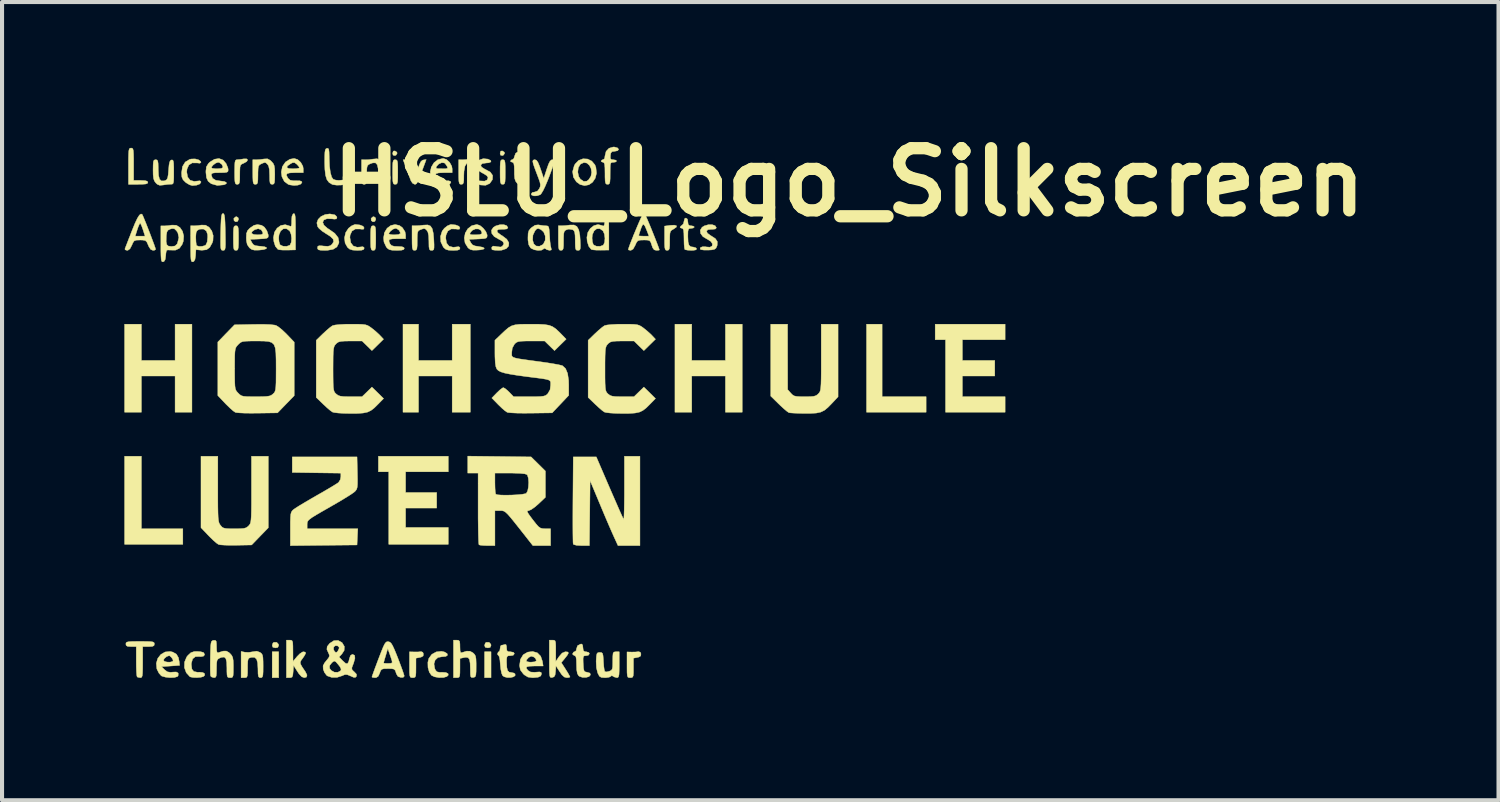
<source format=kicad_pcb>
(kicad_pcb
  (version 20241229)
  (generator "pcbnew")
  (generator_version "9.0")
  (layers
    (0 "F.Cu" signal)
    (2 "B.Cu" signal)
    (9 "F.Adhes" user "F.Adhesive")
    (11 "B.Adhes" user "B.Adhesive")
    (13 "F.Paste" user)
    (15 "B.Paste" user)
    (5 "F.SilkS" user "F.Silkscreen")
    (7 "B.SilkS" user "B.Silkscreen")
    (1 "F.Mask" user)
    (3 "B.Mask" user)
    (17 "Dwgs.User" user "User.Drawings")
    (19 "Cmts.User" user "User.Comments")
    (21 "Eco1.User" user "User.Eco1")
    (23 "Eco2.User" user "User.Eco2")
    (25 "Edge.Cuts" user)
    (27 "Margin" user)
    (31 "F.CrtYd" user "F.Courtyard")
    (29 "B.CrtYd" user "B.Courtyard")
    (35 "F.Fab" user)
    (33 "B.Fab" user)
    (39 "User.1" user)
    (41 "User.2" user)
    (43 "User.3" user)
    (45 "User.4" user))
  (footprint "HSLU_Logo_Silkscreen"
    (layer "F.Cu")
    (at 10.768 7.248)
    (property "Reference" "HSLU_Logo_Silkscreen" (at 7 -5.83 0) (layer "F.SilkS") (effects (font (size 1.524 1.524) (thickness 0.3))))
    (attr exclude_from_pos_files exclude_from_bom)
    (fp_poly (pts (xy -6.985 6.318) (xy -7.144 6.318) (xy -7.144 5.683) (xy -6.985 5.683) (xy -6.985 6.318)) (stroke (width 0.01) (type solid)) (fill yes) (layer "F.SilkS"))
    (fp_poly (pts (xy -1.778 6.318) (xy -1.937 6.318) (xy -1.937 5.683) (xy -1.778 5.683) (xy -1.778 6.318)) (stroke (width 0.01) (type solid)) (fill yes) (layer "F.SilkS"))
    (fp_poly (pts (xy -10.351 2.667) (xy -9.335 2.667) (xy -9.335 3.048) (xy -10.763 3.048) (xy -10.763 0.889) (xy -10.351 0.889) (xy -10.351 2.667)) (stroke (width 0.01) (type solid)) (fill yes) (layer "F.SilkS"))
    (fp_poly (pts (xy 7.811 -0.572) (xy 8.89 -0.572) (xy 8.89 -0.191) (xy 7.429 -0.191) (xy 7.429 -2.349) (xy 7.811 -2.349) (xy 7.811 -0.572)) (stroke (width 0.01) (type solid)) (fill yes) (layer "F.SilkS"))
    (fp_poly (pts (xy -7.978 -4.958) (xy -7.969 -4.921) (xy -7.992 -4.87) (xy -8.04 -4.859) (xy -8.08 -4.889) (xy -8.085 -4.943) (xy -8.043 -4.98) (xy -8.015 -4.985) (xy -7.978 -4.958)) (stroke (width 0.01) (type solid)) (fill yes) (layer "F.SilkS"))
    (fp_poly (pts (xy -4.612 -4.958) (xy -4.604 -4.921) (xy -4.626 -4.87) (xy -4.674 -4.859) (xy -4.715 -4.889) (xy -4.719 -4.943) (xy -4.678 -4.98) (xy -4.65 -4.985) (xy -4.612 -4.958)) (stroke (width 0.01) (type solid)) (fill yes) (layer "F.SilkS"))
    (fp_poly (pts (xy -4.088 -6.567) (xy -4.08 -6.54) (xy -4.106 -6.496) (xy -4.135 -6.483) (xy -4.18 -6.494) (xy -4.191 -6.54) (xy -4.175 -6.593) (xy -4.135 -6.598) (xy -4.088 -6.567)) (stroke (width 0.01) (type solid)) (fill yes) (layer "F.SilkS"))
    (fp_poly (pts (xy -1.453 -6.567) (xy -1.445 -6.54) (xy -1.471 -6.496) (xy -1.5 -6.483) (xy -1.545 -6.494) (xy -1.556 -6.54) (xy -1.54 -6.593) (xy -1.5 -6.598) (xy -1.453 -6.567)) (stroke (width 0.01) (type solid)) (fill yes) (layer "F.SilkS"))
    (fp_poly (pts (xy -6.99 5.498) (xy -6.985 5.528) (xy -7.006 5.576) (xy -7.064 5.588) (xy -7.127 5.573) (xy -7.144 5.527) (xy -7.126 5.47) (xy -7.104 5.452) (xy -7.032 5.452) (xy -6.99 5.498)) (stroke (width 0.01) (type solid)) (fill yes) (layer "F.SilkS"))
    (fp_poly (pts (xy -1.783 5.498) (xy -1.778 5.528) (xy -1.799 5.576) (xy -1.857 5.588) (xy -1.92 5.573) (xy -1.937 5.527) (xy -1.919 5.47) (xy -1.897 5.452) (xy -1.825 5.452) (xy -1.783 5.498)) (stroke (width 0.01) (type solid)) (fill yes) (layer "F.SilkS"))
    (fp_poly (pts (xy -10.351 -1.46) (xy -9.525 -1.46) (xy -9.525 -2.349) (xy -9.112 -2.349) (xy -9.112 -0.191) (xy -9.525 -0.191) (xy -9.525 -1.079) (xy -10.351 -1.079) (xy -10.351 -0.191) (xy -10.763 -0.191) (xy -10.763 -2.349) (xy -10.351 -2.349) (xy -10.351 -1.46)) (stroke (width 0.01) (type solid)) (fill yes) (layer "F.SilkS"))
    (fp_poly (pts (xy -3.556 -1.46) (xy -2.731 -1.46) (xy -2.731 -2.349) (xy -2.286 -2.349) (xy -2.286 -0.191) (xy -2.731 -0.191) (xy -2.731 -1.079) (xy -3.556 -1.079) (xy -3.556 -0.191) (xy -3.937 -0.191) (xy -3.937 -2.349) (xy -3.556 -2.349) (xy -3.556 -1.46)) (stroke (width 0.01) (type solid)) (fill yes) (layer "F.SilkS"))
    (fp_poly (pts (xy 3.143 -1.46) (xy 3.969 -1.46) (xy 3.969 -2.349) (xy 4.381 -2.349) (xy 4.381 -0.191) (xy 3.969 -0.191) (xy 3.969 -1.079) (xy 3.143 -1.079) (xy 3.143 -0.191) (xy 2.731 -0.191) (xy 2.731 -2.349) (xy 3.143 -2.349) (xy 3.143 -1.46)) (stroke (width 0.01) (type solid)) (fill yes) (layer "F.SilkS"))
    (fp_poly (pts (xy -2.826 1.27) (xy -3.873 1.27) (xy -3.873 1.778) (xy -3.111 1.778) (xy -3.111 2.159) (xy -3.873 2.159) (xy -3.873 2.635) (xy -2.826 2.635) (xy -2.826 3.048) (xy -4.286 3.048) (xy -4.286 1.27) (xy -4.54 1.27) (xy -4.54 0.889) (xy -2.826 0.889) (xy -2.826 1.27)) (stroke (width 0.01) (type solid)) (fill yes) (layer "F.SilkS"))
    (fp_poly (pts (xy 10.827 -1.968) (xy 9.779 -1.968) (xy 9.779 -1.46) (xy 10.573 -1.46) (xy 10.573 -1.079) (xy 9.779 -1.079) (xy 9.779 -0.572) (xy 10.827 -0.572) (xy 10.827 -0.191) (xy 9.366 -0.191) (xy 9.366 -1.968) (xy 9.112 -1.968) (xy 9.112 -2.349) (xy 10.827 -2.349) (xy 10.827 -1.968)) (stroke (width 0.01) (type solid)) (fill yes) (layer "F.SilkS"))
    (fp_poly (pts (xy -8.003 -4.758) (xy -7.985 -4.736) (xy -7.974 -4.686) (xy -7.97 -4.595) (xy -7.969 -4.461) (xy -7.97 -4.321) (xy -7.975 -4.232) (xy -7.985 -4.184) (xy -8.004 -4.163) (xy -8.033 -4.159) (xy -8.062 -4.164) (xy -8.081 -4.185) (xy -8.091 -4.236) (xy -8.095 -4.326) (xy -8.096 -4.461) (xy -8.095 -4.601) (xy -8.091 -4.69) (xy -8.08 -4.738) (xy -8.061 -4.758) (xy -8.033 -4.763) (xy -8.003 -4.758)) (stroke (width 0.01) (type solid)) (fill yes) (layer "F.SilkS"))
    (fp_poly (pts (xy -4.638 -4.758) (xy -4.619 -4.736) (xy -4.609 -4.686) (xy -4.605 -4.595) (xy -4.604 -4.461) (xy -4.605 -4.321) (xy -4.609 -4.232) (xy -4.62 -4.184) (xy -4.639 -4.163) (xy -4.667 -4.159) (xy -4.697 -4.164) (xy -4.715 -4.185) (xy -4.726 -4.236) (xy -4.73 -4.326) (xy -4.731 -4.461) (xy -4.73 -4.601) (xy -4.725 -4.69) (xy -4.715 -4.738) (xy -4.696 -4.758) (xy -4.667 -4.763) (xy -4.638 -4.758)) (stroke (width 0.01) (type solid)) (fill yes) (layer "F.SilkS"))
    (fp_poly (pts (xy -4.098 -6.377) (xy -4.079 -6.356) (xy -4.069 -6.305) (xy -4.065 -6.215) (xy -4.064 -6.08) (xy -4.065 -5.94) (xy -4.069 -5.851) (xy -4.08 -5.803) (xy -4.099 -5.783) (xy -4.128 -5.779) (xy -4.157 -5.783) (xy -4.176 -5.805) (xy -4.186 -5.855) (xy -4.19 -5.946) (xy -4.191 -6.08) (xy -4.19 -6.22) (xy -4.186 -6.309) (xy -4.175 -6.357) (xy -4.156 -6.378) (xy -4.128 -6.382) (xy -4.098 -6.377)) (stroke (width 0.01) (type solid)) (fill yes) (layer "F.SilkS"))
    (fp_poly (pts (xy -1.463 -6.377) (xy -1.444 -6.356) (xy -1.434 -6.305) (xy -1.43 -6.215) (xy -1.429 -6.08) (xy -1.43 -5.94) (xy -1.434 -5.851) (xy -1.445 -5.803) (xy -1.464 -5.783) (xy -1.492 -5.779) (xy -1.522 -5.783) (xy -1.54 -5.805) (xy -1.551 -5.855) (xy -1.555 -5.946) (xy -1.556 -6.08) (xy -1.555 -6.22) (xy -1.55 -6.309) (xy -1.54 -6.357) (xy -1.521 -6.378) (xy -1.492 -6.382) (xy -1.463 -6.377)) (stroke (width 0.01) (type solid)) (fill yes) (layer "F.SilkS"))
    (fp_poly (pts (xy 2.769 -4.763) (xy 2.768 -4.732) (xy 2.709 -4.689) (xy 2.702 -4.685) (xy 2.652 -4.656) (xy 2.622 -4.624) (xy 2.608 -4.571) (xy 2.604 -4.482) (xy 2.603 -4.397) (xy 2.602 -4.275) (xy 2.595 -4.204) (xy 2.579 -4.17) (xy 2.551 -4.16) (xy 2.54 -4.159) (xy 2.51 -4.164) (xy 2.492 -4.186) (xy 2.481 -4.236) (xy 2.477 -4.328) (xy 2.477 -4.457) (xy 2.477 -4.754) (xy 2.611 -4.772) (xy 2.715 -4.778) (xy 2.769 -4.763)) (stroke (width 0.01) (type solid)) (fill yes) (layer "F.SilkS"))
    (fp_poly (pts (xy -3.451 5.695) (xy -3.436 5.735) (xy -3.443 5.786) (xy -3.493 5.814) (xy -3.523 5.821) (xy -3.619 5.84) (xy -3.619 6.079) (xy -3.62 6.201) (xy -3.626 6.272) (xy -3.642 6.306) (xy -3.671 6.317) (xy -3.699 6.318) (xy -3.735 6.316) (xy -3.758 6.303) (xy -3.771 6.266) (xy -3.777 6.195) (xy -3.778 6.077) (xy -3.778 6.001) (xy -3.778 5.684) (xy -3.659 5.687) (xy -3.568 5.687) (xy -3.499 5.68) (xy -3.493 5.679) (xy -3.451 5.695)) (stroke (width 0.01) (type solid)) (fill yes) (layer "F.SilkS"))
    (fp_poly (pts (xy -2.254 -6.371) (xy -2.254 -6.37) (xy -2.277 -6.325) (xy -2.3 -6.318) (xy -2.371 -6.295) (xy -2.418 -6.224) (xy -2.441 -6.099) (xy -2.445 -5.998) (xy -2.446 -5.882) (xy -2.454 -5.816) (xy -2.472 -5.786) (xy -2.504 -5.779) (xy -2.508 -5.779) (xy -2.538 -5.783) (xy -2.556 -5.805) (xy -2.567 -5.855) (xy -2.571 -5.945) (xy -2.572 -6.081) (xy -2.572 -6.383) (xy -2.484 -6.38) (xy -2.389 -6.385) (xy -2.326 -6.399) (xy -2.27 -6.405) (xy -2.254 -6.371)) (stroke (width 0.01) (type solid)) (fill yes) (layer "F.SilkS"))
    (fp_poly (pts (xy 1.883 5.695) (xy 1.898 5.735) (xy 1.891 5.786) (xy 1.841 5.814) (xy 1.811 5.821) (xy 1.714 5.84) (xy 1.714 6.079) (xy 1.714 6.201) (xy 1.708 6.272) (xy 1.692 6.306) (xy 1.663 6.317) (xy 1.635 6.318) (xy 1.599 6.316) (xy 1.576 6.303) (xy 1.563 6.266) (xy 1.557 6.194) (xy 1.556 6.076) (xy 1.556 6.002) (xy 1.556 5.687) (xy 1.675 5.69) (xy 1.766 5.688) (xy 1.835 5.681) (xy 1.841 5.68) (xy 1.883 5.695)) (stroke (width 0.01) (type solid)) (fill yes) (layer "F.SilkS"))
    (fp_poly (pts (xy -10.578 -6.664) (xy -10.56 -6.646) (xy -10.549 -6.604) (xy -10.544 -6.527) (xy -10.541 -6.405) (xy -10.541 -6.271) (xy -10.541 -5.874) (xy -10.366 -5.874) (xy -10.261 -5.869) (xy -10.207 -5.854) (xy -10.192 -5.826) (xy -10.204 -5.801) (xy -10.249 -5.786) (xy -10.338 -5.78) (xy -10.43 -5.779) (xy -10.668 -5.779) (xy -10.668 -6.223) (xy -10.668 -6.399) (xy -10.665 -6.521) (xy -10.66 -6.599) (xy -10.649 -6.643) (xy -10.633 -6.663) (xy -10.609 -6.667) (xy -10.604 -6.668) (xy -10.578 -6.664)) (stroke (width 0.01) (type solid)) (fill yes) (layer "F.SilkS"))
    (fp_poly (pts (xy -3.447 -6.17) (xy -3.506 -6.01) (xy -3.548 -5.902) (xy -3.579 -5.833) (xy -3.604 -5.796) (xy -3.627 -5.781) (xy -3.651 -5.779) (xy -3.703 -5.806) (xy -3.742 -5.866) (xy -3.77 -5.94) (xy -3.811 -6.05) (xy -3.855 -6.167) (xy -3.934 -6.382) (xy -3.862 -6.382) (xy -3.822 -6.373) (xy -3.79 -6.339) (xy -3.756 -6.268) (xy -3.717 -6.153) (xy -3.644 -5.925) (xy -3.575 -6.145) (xy -3.534 -6.265) (xy -3.498 -6.336) (xy -3.461 -6.369) (xy -3.436 -6.376) (xy -3.367 -6.386) (xy -3.447 -6.17)) (stroke (width 0.01) (type solid)) (fill yes) (layer "F.SilkS"))
    (fp_poly (pts (xy -8.331 -5.055) (xy -8.317 -5.021) (xy -8.307 -4.953) (xy -8.3 -4.842) (xy -8.295 -4.68) (xy -8.294 -4.612) (xy -8.291 -4.434) (xy -8.29 -4.31) (xy -8.294 -4.231) (xy -8.303 -4.185) (xy -8.318 -4.165) (xy -8.341 -4.159) (xy -8.35 -4.159) (xy -8.376 -4.162) (xy -8.393 -4.176) (xy -8.404 -4.212) (xy -8.409 -4.28) (xy -8.41 -4.388) (xy -8.408 -4.547) (xy -8.407 -4.612) (xy -8.402 -4.793) (xy -8.396 -4.92) (xy -8.387 -5.002) (xy -8.375 -5.046) (xy -8.357 -5.063) (xy -8.35 -5.064) (xy -8.331 -5.055)) (stroke (width 0.01) (type solid)) (fill yes) (layer "F.SilkS"))
    (fp_poly (pts (xy -7.745 -6.378) (xy -7.769 -6.337) (xy -7.842 -6.296) (xy -7.891 -6.275) (xy -7.919 -6.248) (xy -7.933 -6.199) (xy -7.937 -6.113) (xy -7.938 -6.019) (xy -7.939 -5.897) (xy -7.946 -5.825) (xy -7.961 -5.79) (xy -7.989 -5.779) (xy -8.001 -5.779) (xy -8.031 -5.783) (xy -8.049 -5.805) (xy -8.059 -5.855) (xy -8.064 -5.946) (xy -8.065 -6.08) (xy -8.063 -6.221) (xy -8.059 -6.309) (xy -8.048 -6.358) (xy -8.029 -6.378) (xy -8.005 -6.382) (xy -7.931 -6.388) (xy -7.846 -6.402) (xy -7.771 -6.403) (xy -7.745 -6.378)) (stroke (width 0.01) (type solid)) (fill yes) (layer "F.SilkS"))
    (fp_poly (pts (xy -2.924 5.687) (xy -2.856 5.726) (xy -2.845 5.766) (xy -2.885 5.796) (xy -2.973 5.804) (xy -2.976 5.804) (xy -3.079 5.823) (xy -3.148 5.886) (xy -3.177 5.98) (xy -3.159 6.091) (xy -3.141 6.132) (xy -3.104 6.174) (xy -3.039 6.188) (xy -2.977 6.186) (xy -2.885 6.192) (xy -2.832 6.218) (xy -2.827 6.256) (xy -2.862 6.29) (xy -2.944 6.314) (xy -3.055 6.316) (xy -3.164 6.297) (xy -3.237 6.262) (xy -3.292 6.183) (xy -3.324 6.068) (xy -3.327 5.943) (xy -3.304 5.847) (xy -3.231 5.747) (xy -3.122 5.686) (xy -2.995 5.672) (xy -2.924 5.687)) (stroke (width 0.01) (type solid)) (fill yes) (layer "F.SilkS"))
    (fp_poly (pts (xy -8.951 -6.38) (xy -8.898 -6.34) (xy -8.89 -6.315) (xy -8.917 -6.296) (xy -8.987 -6.303) (xy -9.104 -6.304) (xy -9.187 -6.254) (xy -9.232 -6.155) (xy -9.239 -6.08) (xy -9.217 -5.956) (xy -9.155 -5.878) (xy -9.056 -5.85) (xy -8.987 -5.858) (xy -8.917 -5.865) (xy -8.891 -5.844) (xy -8.89 -5.832) (xy -8.919 -5.788) (xy -8.997 -5.758) (xy -9.102 -5.747) (xy -9.17 -5.767) (xy -9.252 -5.816) (xy -9.269 -5.829) (xy -9.33 -5.891) (xy -9.359 -5.957) (xy -9.366 -6.056) (xy -9.366 -6.063) (xy -9.343 -6.215) (xy -9.276 -6.325) (xy -9.168 -6.39) (xy -9.13 -6.399) (xy -9.035 -6.402) (xy -8.951 -6.38)) (stroke (width 0.01) (type solid)) (fill yes) (layer "F.SilkS"))
    (fp_poly (pts (xy -4.993 -4.782) (xy -4.916 -4.751) (xy -4.889 -4.709) (xy -4.905 -4.678) (xy -4.962 -4.679) (xy -4.986 -4.683) (xy -5.103 -4.684) (xy -5.188 -4.632) (xy -5.233 -4.535) (xy -5.239 -4.476) (xy -5.218 -4.348) (xy -5.157 -4.267) (xy -5.061 -4.236) (xy -4.999 -4.241) (xy -4.924 -4.249) (xy -4.893 -4.233) (xy -4.889 -4.21) (xy -4.903 -4.18) (xy -4.951 -4.164) (xy -5.049 -4.159) (xy -5.059 -4.159) (xy -5.171 -4.166) (xy -5.244 -4.189) (xy -5.297 -4.233) (xy -5.356 -4.338) (xy -5.371 -4.466) (xy -5.342 -4.595) (xy -5.273 -4.701) (xy -5.196 -4.761) (xy -5.122 -4.792) (xy -5.106 -4.794) (xy -4.993 -4.782)) (stroke (width 0.01) (type solid)) (fill yes) (layer "F.SilkS"))
    (fp_poly (pts (xy -8.897 5.682) (xy -8.832 5.7) (xy -8.821 5.708) (xy -8.8 5.756) (xy -8.83 5.791) (xy -8.896 5.803) (xy -8.922 5.799) (xy -9.026 5.802) (xy -9.094 5.856) (xy -9.125 5.96) (xy -9.127 5.999) (xy -9.113 6.108) (xy -9.065 6.167) (xy -8.974 6.186) (xy -8.924 6.184) (xy -8.843 6.192) (xy -8.799 6.222) (xy -8.802 6.264) (xy -8.831 6.29) (xy -8.894 6.308) (xy -8.988 6.316) (xy -9.084 6.313) (xy -9.153 6.299) (xy -9.162 6.294) (xy -9.251 6.196) (xy -9.296 6.071) (xy -9.293 5.936) (xy -9.241 5.811) (xy -9.213 5.775) (xy -9.139 5.706) (xy -9.059 5.678) (xy -8.989 5.675) (xy -8.897 5.682)) (stroke (width 0.01) (type solid)) (fill yes) (layer "F.SilkS"))
    (fp_poly (pts (xy -2.643 -4.782) (xy -2.566 -4.751) (xy -2.54 -4.709) (xy -2.556 -4.678) (xy -2.612 -4.679) (xy -2.637 -4.683) (xy -2.754 -4.685) (xy -2.837 -4.634) (xy -2.882 -4.535) (xy -2.889 -4.461) (xy -2.868 -4.337) (xy -2.807 -4.261) (xy -2.707 -4.235) (xy -2.64 -4.242) (xy -2.57 -4.25) (xy -2.542 -4.23) (xy -2.54 -4.211) (xy -2.553 -4.18) (xy -2.6 -4.164) (xy -2.695 -4.159) (xy -2.712 -4.159) (xy -2.819 -4.164) (xy -2.886 -4.183) (xy -2.935 -4.224) (xy -2.95 -4.243) (xy -3.009 -4.365) (xy -3.017 -4.502) (xy -2.976 -4.632) (xy -2.923 -4.701) (xy -2.847 -4.761) (xy -2.772 -4.792) (xy -2.757 -4.794) (xy -2.643 -4.782)) (stroke (width 0.01) (type solid)) (fill yes) (layer "F.SilkS"))
    (fp_poly (pts (xy -10.229 5.43) (xy -10.129 5.434) (xy -10.07 5.442) (xy -10.042 5.457) (xy -10.033 5.481) (xy -10.033 5.493) (xy -10.042 5.532) (xy -10.081 5.551) (xy -10.166 5.556) (xy -10.176 5.556) (xy -10.319 5.556) (xy -10.319 5.937) (xy -10.32 6.099) (xy -10.323 6.207) (xy -10.33 6.272) (xy -10.344 6.306) (xy -10.364 6.317) (xy -10.377 6.318) (xy -10.437 6.308) (xy -10.456 6.297) (xy -10.465 6.259) (xy -10.472 6.17) (xy -10.476 6.046) (xy -10.477 5.916) (xy -10.477 5.556) (xy -10.604 5.556) (xy -10.688 5.551) (xy -10.724 5.529) (xy -10.732 5.493) (xy -10.727 5.465) (xy -10.708 5.447) (xy -10.662 5.436) (xy -10.579 5.431) (xy -10.448 5.429) (xy -10.382 5.429) (xy -10.229 5.43)) (stroke (width 0.01) (type solid)) (fill yes) (layer "F.SilkS"))
    (fp_poly (pts (xy -6.676 5.4) (xy -6.653 5.417) (xy -6.64 5.459) (xy -6.636 5.542) (xy -6.635 5.659) (xy -6.634 5.921) (xy -6.536 5.802) (xy -6.467 5.732) (xy -6.402 5.689) (xy -6.379 5.683) (xy -6.331 5.692) (xy -6.324 5.723) (xy -6.359 5.787) (xy -6.397 5.842) (xy -6.437 5.897) (xy -6.455 5.939) (xy -6.449 5.984) (xy -6.415 6.047) (xy -6.35 6.144) (xy -6.329 6.175) (xy -6.29 6.255) (xy -6.304 6.304) (xy -6.358 6.318) (xy -6.419 6.296) (xy -6.487 6.224) (xy -6.525 6.167) (xy -6.62 6.017) (xy -6.63 6.167) (xy -6.639 6.259) (xy -6.657 6.304) (xy -6.695 6.318) (xy -6.717 6.318) (xy -6.795 6.318) (xy -6.795 5.397) (xy -6.715 5.397) (xy -6.676 5.4)) (stroke (width 0.01) (type solid)) (fill yes) (layer "F.SilkS"))
    (fp_poly (pts (xy 0.589 -6.399) (xy 0.692 -6.348) (xy 0.769 -6.257) (xy 0.793 -6.194) (xy 0.808 -6.051) (xy 0.777 -5.928) (xy 0.712 -5.831) (xy 0.622 -5.768) (xy 0.516 -5.747) (xy 0.405 -5.774) (xy 0.315 -5.84) (xy 0.241 -5.955) (xy 0.224 -6.079) (xy 0.349 -6.079) (xy 0.371 -5.971) (xy 0.413 -5.905) (xy 0.494 -5.85) (xy 0.569 -5.856) (xy 0.617 -5.892) (xy 0.672 -5.978) (xy 0.689 -6.073) (xy 0.674 -6.167) (xy 0.633 -6.246) (xy 0.573 -6.299) (xy 0.5 -6.313) (xy 0.422 -6.278) (xy 0.411 -6.269) (xy 0.362 -6.187) (xy 0.349 -6.079) (xy 0.224 -6.079) (xy 0.222 -6.09) (xy 0.261 -6.233) (xy 0.284 -6.277) (xy 0.37 -6.365) (xy 0.477 -6.405) (xy 0.589 -6.399)) (stroke (width 0.01) (type solid)) (fill yes) (layer "F.SilkS"))
    (fp_poly (pts (xy -1.855 -6.397) (xy -1.847 -6.394) (xy -1.784 -6.36) (xy -1.78 -6.329) (xy -1.832 -6.307) (xy -1.897 -6.302) (xy -1.992 -6.288) (xy -2.03 -6.252) (xy -2.012 -6.203) (xy -1.935 -6.153) (xy -1.915 -6.144) (xy -1.795 -6.077) (xy -1.738 -5.995) (xy -1.743 -5.9) (xy -1.745 -5.893) (xy -1.81 -5.8) (xy -1.91 -5.755) (xy -2.034 -5.762) (xy -2.088 -5.779) (xy -2.152 -5.818) (xy -2.158 -5.849) (xy -2.112 -5.866) (xy -2.036 -5.862) (xy -1.936 -5.857) (xy -1.879 -5.883) (xy -1.874 -5.888) (xy -1.851 -5.94) (xy -1.879 -5.989) (xy -1.961 -6.042) (xy -1.992 -6.057) (xy -2.1 -6.123) (xy -2.149 -6.193) (xy -2.144 -6.275) (xy -2.135 -6.299) (xy -2.069 -6.373) (xy -1.969 -6.408) (xy -1.855 -6.397)) (stroke (width 0.01) (type solid)) (fill yes) (layer "F.SilkS"))
    (fp_poly (pts (xy -7.444 5.697) (xy -7.439 5.7) (xy -7.404 5.728) (xy -7.382 5.766) (xy -7.371 5.828) (xy -7.367 5.928) (xy -7.366 6.033) (xy -7.367 6.169) (xy -7.372 6.253) (xy -7.384 6.298) (xy -7.405 6.316) (xy -7.429 6.318) (xy -7.463 6.312) (xy -7.482 6.285) (xy -7.491 6.222) (xy -7.493 6.111) (xy -7.493 6.1) (xy -7.501 5.954) (xy -7.527 5.863) (xy -7.576 5.82) (xy -7.651 5.82) (xy -7.667 5.823) (xy -7.708 5.837) (xy -7.732 5.863) (xy -7.743 5.916) (xy -7.747 6.011) (xy -7.747 6.081) (xy -7.748 6.202) (xy -7.754 6.272) (xy -7.769 6.307) (xy -7.799 6.317) (xy -7.826 6.318) (xy -7.906 6.318) (xy -7.906 5.675) (xy -7.813 5.694) (xy -7.715 5.698) (xy -7.617 5.682) (xy -7.522 5.669) (xy -7.444 5.697)) (stroke (width 0.01) (type solid)) (fill yes) (layer "F.SilkS"))
    (fp_poly (pts (xy -1.395 -4.765) (xy -1.365 -4.717) (xy -1.365 -4.713) (xy -1.39 -4.685) (xy -1.467 -4.676) (xy -1.5 -4.677) (xy -1.596 -4.671) (xy -1.634 -4.642) (xy -1.614 -4.596) (xy -1.536 -4.536) (xy -1.5 -4.515) (xy -1.392 -4.432) (xy -1.341 -4.346) (xy -1.347 -4.265) (xy -1.406 -4.201) (xy -1.516 -4.164) (xy -1.587 -4.159) (xy -1.679 -4.163) (xy -1.742 -4.172) (xy -1.755 -4.178) (xy -1.762 -4.221) (xy -1.758 -4.239) (xy -1.727 -4.264) (xy -1.658 -4.256) (xy -1.643 -4.252) (xy -1.545 -4.241) (xy -1.503 -4.259) (xy -1.463 -4.317) (xy -1.486 -4.374) (xy -1.572 -4.426) (xy -1.588 -4.433) (xy -1.699 -4.497) (xy -1.759 -4.573) (xy -1.768 -4.652) (xy -1.722 -4.722) (xy -1.665 -4.758) (xy -1.562 -4.788) (xy -1.467 -4.79) (xy -1.395 -4.765)) (stroke (width 0.01) (type solid)) (fill yes) (layer "F.SilkS"))
    (fp_poly (pts (xy -0.231 5.4) (xy -0.207 5.416) (xy -0.195 5.459) (xy -0.191 5.541) (xy -0.191 5.659) (xy -0.191 5.92) (xy -0.11 5.802) (xy -0.035 5.715) (xy 0.038 5.684) (xy 0.049 5.683) (xy 0.106 5.689) (xy 0.12 5.714) (xy 0.092 5.767) (xy 0.035 5.84) (xy -0.055 5.949) (xy 0.052 6.116) (xy 0.108 6.206) (xy 0.146 6.273) (xy 0.159 6.301) (xy 0.131 6.314) (xy 0.079 6.318) (xy 0.018 6.302) (xy -0.042 6.247) (xy -0.094 6.172) (xy -0.187 6.026) (xy -0.196 6.164) (xy -0.208 6.254) (xy -0.234 6.297) (xy -0.278 6.313) (xy -0.306 6.315) (xy -0.325 6.306) (xy -0.338 6.277) (xy -0.345 6.218) (xy -0.348 6.121) (xy -0.349 5.974) (xy -0.349 5.86) (xy -0.349 5.397) (xy -0.27 5.397) (xy -0.231 5.4)) (stroke (width 0.01) (type solid)) (fill yes) (layer "F.SilkS"))
    (fp_poly (pts (xy 1.873 3.08) (xy 1.335 3.08) (xy 1.23 2.85) (xy 1.183 2.745) (xy 1.118 2.596) (xy 1.041 2.417) (xy 0.959 2.223) (xy 0.888 2.053) (xy 0.651 1.486) (xy 0.634 3.08) (xy 0.443 3.08) (xy 0.318 3.073) (xy 0.248 3.053) (xy 0.237 3.04) (xy 0.233 2.999) (xy 0.231 2.903) (xy 0.229 2.759) (xy 0.228 2.575) (xy 0.228 2.359) (xy 0.229 2.118) (xy 0.23 1.952) (xy 0.238 0.905) (xy 0.803 0.905) (xy 1.129 1.662) (xy 1.218 1.866) (xy 1.299 2.051) (xy 1.368 2.209) (xy 1.423 2.331) (xy 1.46 2.41) (xy 1.474 2.437) (xy 1.479 2.412) (xy 1.483 2.332) (xy 1.487 2.204) (xy 1.49 2.038) (xy 1.492 1.842) (xy 1.492 1.672) (xy 1.492 0.889) (xy 1.873 0.889) (xy 1.873 3.08)) (stroke (width 0.01) (type solid)) (fill yes) (layer "F.SilkS"))
    (fp_poly (pts (xy 3.717 -4.764) (xy 3.746 -4.715) (xy 3.747 -4.712) (xy 3.722 -4.683) (xy 3.645 -4.675) (xy 3.627 -4.676) (xy 3.54 -4.667) (xy 3.506 -4.632) (xy 3.526 -4.582) (xy 3.601 -4.525) (xy 3.617 -4.516) (xy 3.723 -4.447) (xy 3.771 -4.373) (xy 3.767 -4.284) (xy 3.761 -4.264) (xy 3.737 -4.213) (xy 3.699 -4.185) (xy 3.63 -4.171) (xy 3.55 -4.166) (xy 3.445 -4.166) (xy 3.372 -4.177) (xy 3.35 -4.19) (xy 3.354 -4.225) (xy 3.402 -4.247) (xy 3.473 -4.249) (xy 3.496 -4.244) (xy 3.59 -4.237) (xy 3.642 -4.266) (xy 3.651 -4.317) (xy 3.615 -4.376) (xy 3.532 -4.43) (xy 3.522 -4.434) (xy 3.418 -4.496) (xy 3.36 -4.574) (xy 3.352 -4.654) (xy 3.397 -4.726) (xy 3.449 -4.759) (xy 3.551 -4.789) (xy 3.646 -4.789) (xy 3.717 -4.764)) (stroke (width 0.01) (type solid)) (fill yes) (layer "F.SilkS"))
    (fp_poly (pts (xy -0.247 -6.378) (xy -0.233 -6.36) (xy -0.233 -6.32) (xy -0.251 -6.249) (xy -0.289 -6.141) (xy -0.347 -5.985) (xy -0.384 -5.889) (xy -0.446 -5.741) (xy -0.503 -5.623) (xy -0.55 -5.546) (xy -0.572 -5.524) (xy -0.653 -5.497) (xy -0.73 -5.495) (xy -0.783 -5.516) (xy -0.794 -5.54) (xy -0.766 -5.579) (xy -0.715 -5.588) (xy -0.637 -5.615) (xy -0.592 -5.675) (xy -0.573 -5.722) (xy -0.568 -5.77) (xy -0.581 -5.836) (xy -0.615 -5.933) (xy -0.653 -6.032) (xy -0.709 -6.181) (xy -0.743 -6.28) (xy -0.755 -6.34) (xy -0.746 -6.371) (xy -0.719 -6.381) (xy -0.701 -6.382) (xy -0.664 -6.368) (xy -0.628 -6.318) (xy -0.588 -6.222) (xy -0.563 -6.152) (xy -0.486 -5.921) (xy -0.411 -6.152) (xy -0.368 -6.275) (xy -0.331 -6.347) (xy -0.296 -6.378) (xy -0.276 -6.382) (xy -0.247 -6.378)) (stroke (width 0.01) (type solid)) (fill yes) (layer "F.SilkS"))
    (fp_poly (pts (xy -3.264 -4.757) (xy -3.22 -4.691) (xy -3.194 -4.578) (xy -3.181 -4.429) (xy -3.175 -4.299) (xy -3.176 -4.219) (xy -3.185 -4.177) (xy -3.206 -4.162) (xy -3.235 -4.159) (xy -3.27 -4.164) (xy -3.29 -4.189) (xy -3.3 -4.247) (xy -3.302 -4.352) (xy -3.302 -4.379) (xy -3.308 -4.519) (xy -3.327 -4.608) (xy -3.352 -4.649) (xy -3.392 -4.687) (xy -3.425 -4.695) (xy -3.479 -4.678) (xy -3.506 -4.668) (xy -3.548 -4.648) (xy -3.572 -4.618) (xy -3.584 -4.562) (xy -3.588 -4.466) (xy -3.588 -4.398) (xy -3.589 -4.276) (xy -3.596 -4.205) (xy -3.612 -4.17) (xy -3.64 -4.16) (xy -3.651 -4.159) (xy -3.681 -4.164) (xy -3.699 -4.185) (xy -3.71 -4.235) (xy -3.714 -4.326) (xy -3.715 -4.461) (xy -3.715 -4.764) (xy -3.627 -4.763) (xy -3.533 -4.767) (xy -3.429 -4.779) (xy -3.331 -4.783) (xy -3.264 -4.757)) (stroke (width 0.01) (type solid)) (fill yes) (layer "F.SilkS"))
    (fp_poly (pts (xy 0.327 -4.745) (xy 0.373 -4.661) (xy 0.4 -4.526) (xy 0.408 -4.41) (xy 0.413 -4.285) (xy 0.411 -4.21) (xy 0.399 -4.173) (xy 0.375 -4.16) (xy 0.353 -4.159) (xy 0.318 -4.164) (xy 0.298 -4.188) (xy 0.289 -4.243) (xy 0.286 -4.344) (xy 0.286 -4.396) (xy 0.283 -4.522) (xy 0.274 -4.599) (xy 0.254 -4.643) (xy 0.224 -4.666) (xy 0.13 -4.681) (xy 0.081 -4.668) (xy 0.04 -4.648) (xy 0.016 -4.618) (xy 0.004 -4.562) (xy 0.00024 -4.466) (xy 0 -4.398) (xy -0.001 -4.276) (xy -0.008 -4.205) (xy -0.024 -4.17) (xy -0.052 -4.16) (xy -0.064 -4.159) (xy -0.093 -4.164) (xy -0.112 -4.185) (xy -0.122 -4.235) (xy -0.126 -4.326) (xy -0.127 -4.461) (xy -0.127 -4.764) (xy -0.04 -4.763) (xy 0.055 -4.768) (xy 0.159 -4.781) (xy 0.159 -4.781) (xy 0.257 -4.782) (xy 0.327 -4.745)) (stroke (width 0.01) (type solid)) (fill yes) (layer "F.SilkS"))
    (fp_poly (pts (xy -4.51 -6.38) (xy -4.48 -6.354) (xy -4.446 -6.31) (xy -4.425 -6.252) (xy -4.416 -6.165) (xy -4.413 -6.032) (xy -4.415 -5.906) (xy -4.421 -5.83) (xy -4.435 -5.792) (xy -4.46 -5.779) (xy -4.477 -5.779) (xy -4.509 -5.784) (xy -4.529 -5.81) (xy -4.538 -5.87) (xy -4.54 -5.976) (xy -4.54 -6.013) (xy -4.546 -6.164) (xy -4.568 -6.259) (xy -4.609 -6.304) (xy -4.674 -6.305) (xy -4.731 -6.287) (xy -4.78 -6.263) (xy -4.808 -6.234) (xy -4.822 -6.183) (xy -4.826 -6.094) (xy -4.826 -6.013) (xy -4.828 -5.892) (xy -4.835 -5.822) (xy -4.851 -5.788) (xy -4.88 -5.779) (xy -4.889 -5.779) (xy -4.919 -5.783) (xy -4.938 -5.805) (xy -4.948 -5.855) (xy -4.952 -5.945) (xy -4.953 -6.081) (xy -4.953 -6.383) (xy -4.866 -6.38) (xy -4.773 -6.383) (xy -4.668 -6.398) (xy -4.663 -6.398) (xy -4.573 -6.406) (xy -4.51 -6.38)) (stroke (width 0.01) (type solid)) (fill yes) (layer "F.SilkS"))
    (fp_poly (pts (xy -2.573 5.403) (xy -2.549 5.428) (xy -2.541 5.491) (xy -2.54 5.56) (xy -2.537 5.655) (xy -2.525 5.699) (xy -2.499 5.705) (xy -2.489 5.702) (xy -2.376 5.668) (xy -2.295 5.669) (xy -2.225 5.706) (xy -2.22 5.71) (xy -2.182 5.747) (xy -2.159 5.79) (xy -2.147 5.858) (xy -2.143 5.964) (xy -2.143 6.038) (xy -2.144 6.167) (xy -2.15 6.247) (xy -2.163 6.289) (xy -2.188 6.307) (xy -2.215 6.313) (xy -2.252 6.314) (xy -2.274 6.296) (xy -2.284 6.245) (xy -2.286 6.148) (xy -2.286 6.106) (xy -2.291 5.963) (xy -2.306 5.873) (xy -2.339 5.828) (xy -2.392 5.818) (xy -2.441 5.825) (xy -2.54 5.847) (xy -2.54 6.083) (xy -2.541 6.203) (xy -2.547 6.273) (xy -2.563 6.307) (xy -2.592 6.317) (xy -2.619 6.318) (xy -2.699 6.318) (xy -2.699 5.397) (xy -2.619 5.397) (xy -2.573 5.403)) (stroke (width 0.01) (type solid)) (fill yes) (layer "F.SilkS"))
    (fp_poly (pts (xy -1.095 -6.559) (xy -1.08 -6.509) (xy -1.079 -6.479) (xy -1.071 -6.41) (xy -1.037 -6.384) (xy -1 -6.382) (xy -0.94 -6.371) (xy -0.921 -6.35) (xy -0.948 -6.326) (xy -1 -6.318) (xy -1.042 -6.315) (xy -1.066 -6.296) (xy -1.076 -6.246) (xy -1.079 -6.153) (xy -1.079 -6.099) (xy -1.073 -5.963) (xy -1.051 -5.883) (xy -1.009 -5.851) (xy -0.942 -5.86) (xy -0.933 -5.864) (xy -0.896 -5.864) (xy -0.894 -5.823) (xy -0.931 -5.771) (xy -1 -5.752) (xy -1.082 -5.768) (xy -1.141 -5.808) (xy -1.177 -5.857) (xy -1.198 -5.923) (xy -1.206 -6.024) (xy -1.206 -6.096) (xy -1.209 -6.217) (xy -1.219 -6.286) (xy -1.239 -6.315) (xy -1.254 -6.318) (xy -1.296 -6.335) (xy -1.302 -6.35) (xy -1.276 -6.379) (xy -1.256 -6.382) (xy -1.219 -6.41) (xy -1.201 -6.469) (xy -1.174 -6.541) (xy -1.135 -6.566) (xy -1.095 -6.559)) (stroke (width 0.01) (type solid)) (fill yes) (layer "F.SilkS"))
    (fp_poly (pts (xy 3.038 -4.925) (xy 3.048 -4.858) (xy 3.057 -4.79) (xy 3.093 -4.765) (xy 3.127 -4.763) (xy 3.187 -4.752) (xy 3.207 -4.731) (xy 3.18 -4.707) (xy 3.127 -4.699) (xy 3.085 -4.695) (xy 3.061 -4.675) (xy 3.05 -4.623) (xy 3.048 -4.525) (xy 3.048 -4.494) (xy 3.054 -4.365) (xy 3.075 -4.287) (xy 3.118 -4.249) (xy 3.188 -4.239) (xy 3.245 -4.221) (xy 3.262 -4.199) (xy 3.248 -4.172) (xy 3.18 -4.16) (xy 3.135 -4.159) (xy 3.045 -4.164) (xy 2.985 -4.175) (xy 2.974 -4.18) (xy 2.964 -4.22) (xy 2.956 -4.306) (xy 2.953 -4.422) (xy 2.953 -4.45) (xy 2.95 -4.579) (xy 2.942 -4.656) (xy 2.925 -4.692) (xy 2.905 -4.699) (xy 2.863 -4.714) (xy 2.857 -4.727) (xy 2.883 -4.762) (xy 2.905 -4.774) (xy 2.941 -4.816) (xy 2.953 -4.873) (xy 2.969 -4.937) (xy 3 -4.953) (xy 3.038 -4.925)) (stroke (width 0.01) (type solid)) (fill yes) (layer "F.SilkS"))
    (fp_poly (pts (xy -1.412 5.505) (xy -1.398 5.552) (xy -1.397 5.585) (xy -1.39 5.654) (xy -1.355 5.68) (xy -1.302 5.683) (xy -1.226 5.697) (xy -1.206 5.731) (xy -1.235 5.769) (xy -1.302 5.779) (xy -1.358 5.782) (xy -1.387 5.804) (xy -1.396 5.86) (xy -1.397 5.935) (xy -1.391 6.066) (xy -1.372 6.145) (xy -1.333 6.183) (xy -1.284 6.191) (xy -1.217 6.205) (xy -1.188 6.227) (xy -1.188 6.269) (xy -1.232 6.299) (xy -1.304 6.315) (xy -1.385 6.314) (xy -1.457 6.295) (xy -1.495 6.267) (xy -1.519 6.21) (xy -1.539 6.111) (xy -1.551 5.997) (xy -1.56 5.888) (xy -1.575 5.81) (xy -1.59 5.779) (xy -1.591 5.779) (xy -1.616 5.753) (xy -1.619 5.731) (xy -1.602 5.689) (xy -1.587 5.683) (xy -1.564 5.656) (xy -1.556 5.604) (xy -1.546 5.544) (xy -1.527 5.524) (xy -1.473 5.514) (xy -1.447 5.505) (xy -1.412 5.505)) (stroke (width 0.01) (type solid)) (fill yes) (layer "F.SilkS"))
    (fp_poly (pts (xy 0.468 5.52) (xy 0.476 5.587) (xy 0.476 5.588) (xy 0.485 5.656) (xy 0.521 5.681) (xy 0.556 5.683) (xy 0.619 5.7) (xy 0.635 5.731) (xy 0.607 5.769) (xy 0.554 5.779) (xy 0.51 5.782) (xy 0.487 5.801) (xy 0.479 5.851) (xy 0.481 5.946) (xy 0.483 5.977) (xy 0.489 6.085) (xy 0.502 6.146) (xy 0.527 6.174) (xy 0.571 6.184) (xy 0.581 6.186) (xy 0.647 6.206) (xy 0.66 6.249) (xy 0.624 6.291) (xy 0.551 6.312) (xy 0.465 6.311) (xy 0.39 6.286) (xy 0.369 6.27) (xy 0.338 6.216) (xy 0.322 6.124) (xy 0.318 5.998) (xy 0.315 5.878) (xy 0.304 5.81) (xy 0.284 5.781) (xy 0.27 5.779) (xy 0.228 5.753) (xy 0.222 5.731) (xy 0.248 5.689) (xy 0.27 5.683) (xy 0.308 5.656) (xy 0.318 5.607) (xy 0.344 5.533) (xy 0.417 5.495) (xy 0.447 5.493) (xy 0.468 5.52)) (stroke (width 0.01) (type solid)) (fill yes) (layer "F.SilkS"))
    (fp_poly (pts (xy 1.248 -6.693) (xy 1.325 -6.671) (xy 1.351 -6.636) (xy 1.326 -6.603) (xy 1.254 -6.589) (xy 1.187 -6.58) (xy 1.158 -6.542) (xy 1.149 -6.485) (xy 1.148 -6.414) (xy 1.173 -6.386) (xy 1.22 -6.382) (xy 1.281 -6.371) (xy 1.302 -6.35) (xy 1.275 -6.326) (xy 1.222 -6.318) (xy 1.184 -6.316) (xy 1.16 -6.3) (xy 1.148 -6.258) (xy 1.144 -6.178) (xy 1.143 -6.048) (xy 1.142 -5.917) (xy 1.136 -5.837) (xy 1.124 -5.796) (xy 1.101 -5.78) (xy 1.079 -5.779) (xy 1.049 -5.784) (xy 1.03 -5.807) (xy 1.02 -5.861) (xy 1.016 -5.958) (xy 1.016 -6.048) (xy 1.014 -6.183) (xy 1.007 -6.266) (xy 0.992 -6.307) (xy 0.968 -6.318) (xy 0.926 -6.335) (xy 0.921 -6.35) (xy 0.946 -6.378) (xy 0.968 -6.382) (xy 1.006 -6.41) (xy 1.016 -6.477) (xy 1.043 -6.587) (xy 1.115 -6.663) (xy 1.219 -6.694) (xy 1.248 -6.693)) (stroke (width 0.01) (type solid)) (fill yes) (layer "F.SilkS"))
    (fp_poly (pts (xy 5.494 -1.548) (xy 5.495 -0.746) (xy 5.572 -0.659) (xy 5.614 -0.616) (xy 5.658 -0.59) (xy 5.722 -0.577) (xy 5.821 -0.572) (xy 5.914 -0.572) (xy 6.049 -0.573) (xy 6.136 -0.581) (xy 6.192 -0.599) (xy 6.235 -0.63) (xy 6.249 -0.645) (xy 6.27 -0.669) (xy 6.287 -0.698) (xy 6.299 -0.738) (xy 6.307 -0.799) (xy 6.313 -0.886) (xy 6.316 -1.01) (xy 6.318 -1.177) (xy 6.318 -1.395) (xy 6.318 -1.534) (xy 6.318 -2.349) (xy 6.731 -2.349) (xy 6.731 -0.569) (xy 6.581 -0.409) (xy 6.48 -0.306) (xy 6.394 -0.236) (xy 6.304 -0.193) (xy 6.196 -0.17) (xy 6.053 -0.162) (xy 5.915 -0.161) (xy 5.77 -0.164) (xy 5.645 -0.169) (xy 5.558 -0.175) (xy 5.524 -0.181) (xy 5.481 -0.21) (xy 5.407 -0.272) (xy 5.314 -0.357) (xy 5.278 -0.392) (xy 5.08 -0.586) (xy 5.08 -2.349) (xy 5.493 -2.349) (xy 5.494 -1.548)) (stroke (width 0.01) (type solid)) (fill yes) (layer "F.SilkS"))
    (fp_poly (pts (xy -9.969 -6.376) (xy -9.95 -6.35) (xy -9.941 -6.291) (xy -9.938 -6.186) (xy -9.938 -6.145) (xy -9.93 -5.996) (xy -9.906 -5.904) (xy -9.86 -5.862) (xy -9.79 -5.864) (xy -9.763 -5.873) (xy -9.729 -5.894) (xy -9.707 -5.939) (xy -9.693 -6.02) (xy -9.684 -6.13) (xy -9.673 -6.256) (xy -9.657 -6.33) (xy -9.635 -6.366) (xy -9.612 -6.376) (xy -9.586 -6.375) (xy -9.57 -6.352) (xy -9.561 -6.296) (xy -9.557 -6.197) (xy -9.557 -6.083) (xy -9.557 -5.942) (xy -9.561 -5.854) (xy -9.571 -5.805) (xy -9.59 -5.785) (xy -9.621 -5.781) (xy -9.628 -5.782) (xy -9.709 -5.777) (xy -9.807 -5.763) (xy -9.814 -5.762) (xy -9.901 -5.754) (xy -9.962 -5.78) (xy -9.997 -5.813) (xy -10.032 -5.861) (xy -10.053 -5.922) (xy -10.063 -6.013) (xy -10.065 -6.134) (xy -10.063 -6.258) (xy -10.057 -6.333) (xy -10.042 -6.369) (xy -10.016 -6.381) (xy -10.001 -6.382) (xy -9.969 -6.376)) (stroke (width 0.01) (type solid)) (fill yes) (layer "F.SilkS"))
    (fp_poly (pts (xy -9.581 5.691) (xy -9.492 5.742) (xy -9.442 5.829) (xy -9.424 5.923) (xy -9.414 6.017) (xy -9.858 6.048) (xy -9.783 6.123) (xy -9.716 6.174) (xy -9.638 6.187) (xy -9.587 6.182) (xy -9.499 6.178) (xy -9.455 6.2) (xy -9.447 6.216) (xy -9.451 6.272) (xy -9.468 6.291) (xy -9.542 6.313) (xy -9.649 6.317) (xy -9.76 6.305) (xy -9.849 6.28) (xy -9.866 6.269) (xy -9.921 6.207) (xy -9.966 6.117) (xy -9.973 6.098) (xy -9.985 5.964) (xy -9.963 5.891) (xy -9.811 5.891) (xy -9.811 5.891) (xy -9.784 5.92) (xy -9.72 5.936) (xy -9.647 5.937) (xy -9.588 5.921) (xy -9.574 5.908) (xy -9.581 5.869) (xy -9.616 5.818) (xy -9.658 5.782) (xy -9.672 5.779) (xy -9.73 5.799) (xy -9.786 5.844) (xy -9.811 5.891) (xy -9.963 5.891) (xy -9.949 5.844) (xy -9.873 5.748) (xy -9.769 5.688) (xy -9.647 5.676) (xy -9.581 5.691)) (stroke (width 0.01) (type solid)) (fill yes) (layer "F.SilkS"))
    (fp_poly (pts (xy -7.194 -6.369) (xy -7.162 -6.339) (xy -7.119 -6.29) (xy -7.095 -6.236) (xy -7.083 -6.159) (xy -7.08 -6.04) (xy -7.08 -6.018) (xy -7.082 -5.896) (xy -7.088 -5.824) (xy -7.104 -5.789) (xy -7.132 -5.779) (xy -7.144 -5.779) (xy -7.177 -5.785) (xy -7.196 -5.812) (xy -7.205 -5.874) (xy -7.207 -5.984) (xy -7.207 -5.998) (xy -7.213 -6.139) (xy -7.232 -6.227) (xy -7.257 -6.268) (xy -7.298 -6.306) (xy -7.331 -6.314) (xy -7.386 -6.293) (xy -7.412 -6.281) (xy -7.454 -6.258) (xy -7.478 -6.224) (xy -7.489 -6.165) (xy -7.493 -6.064) (xy -7.493 -6.012) (xy -7.495 -5.891) (xy -7.502 -5.821) (xy -7.518 -5.788) (xy -7.547 -5.779) (xy -7.556 -5.779) (xy -7.586 -5.783) (xy -7.605 -5.805) (xy -7.615 -5.855) (xy -7.619 -5.945) (xy -7.62 -6.081) (xy -7.62 -6.383) (xy -7.533 -6.381) (xy -7.436 -6.387) (xy -7.344 -6.4) (xy -7.261 -6.404) (xy -7.194 -6.369)) (stroke (width 0.01) (type solid)) (fill yes) (layer "F.SilkS"))
    (fp_poly (pts (xy -6.52 -6.386) (xy -6.443 -6.315) (xy -6.392 -6.223) (xy -6.382 -6.161) (xy -6.382 -6.064) (xy -6.588 -6.064) (xy -6.712 -6.059) (xy -6.779 -6.04) (xy -6.795 -6.003) (xy -6.765 -5.941) (xy -6.75 -5.92) (xy -6.702 -5.88) (xy -6.625 -5.866) (xy -6.56 -5.866) (xy -6.463 -5.864) (xy -6.419 -5.845) (xy -6.413 -5.829) (xy -6.441 -5.786) (xy -6.513 -5.759) (xy -6.608 -5.751) (xy -6.71 -5.765) (xy -6.751 -5.778) (xy -6.846 -5.849) (xy -6.905 -5.963) (xy -6.921 -6.079) (xy -6.898 -6.192) (xy -6.786 -6.192) (xy -6.741 -6.167) (xy -6.638 -6.16) (xy -6.547 -6.164) (xy -6.488 -6.176) (xy -6.477 -6.186) (xy -6.498 -6.225) (xy -6.543 -6.273) (xy -6.596 -6.311) (xy -6.645 -6.309) (xy -6.691 -6.285) (xy -6.769 -6.231) (xy -6.786 -6.192) (xy -6.898 -6.192) (xy -6.893 -6.215) (xy -6.818 -6.325) (xy -6.709 -6.394) (xy -6.605 -6.413) (xy -6.52 -6.386)) (stroke (width 0.01) (type solid)) (fill yes) (layer "F.SilkS"))
    (fp_poly (pts (xy -5.608 -5.03) (xy -5.606 -5.029) (xy -5.563 -4.987) (xy -5.556 -4.961) (xy -5.57 -4.931) (xy -5.622 -4.925) (xy -5.672 -4.932) (xy -5.799 -4.936) (xy -5.877 -4.905) (xy -5.904 -4.849) (xy -5.876 -4.778) (xy -5.791 -4.701) (xy -5.749 -4.675) (xy -5.61 -4.577) (xy -5.528 -4.473) (xy -5.506 -4.365) (xy -5.511 -4.335) (xy -5.558 -4.243) (xy -5.648 -4.186) (xy -5.787 -4.161) (xy -5.849 -4.159) (xy -5.953 -4.162) (xy -6.009 -4.173) (xy -6.03 -4.197) (xy -6.032 -4.221) (xy -6.026 -4.258) (xy -5.994 -4.273) (xy -5.922 -4.27) (xy -5.882 -4.265) (xy -5.781 -4.259) (xy -5.718 -4.274) (xy -5.675 -4.31) (xy -5.637 -4.373) (xy -5.649 -4.434) (xy -5.714 -4.499) (xy -5.821 -4.567) (xy -5.919 -4.631) (xy -5.997 -4.699) (xy -6.029 -4.74) (xy -6.049 -4.833) (xy -6.018 -4.919) (xy -5.947 -4.99) (xy -5.847 -5.037) (xy -5.73 -5.053) (xy -5.608 -5.03)) (stroke (width 0.01) (type solid)) (fill yes) (layer "F.SilkS"))
    (fp_poly (pts (xy -5.215 -6.662) (xy -5.184 -6.644) (xy -5.165 -6.599) (xy -5.154 -6.511) (xy -5.149 -6.429) (xy -5.149 -6.198) (xy -5.171 -6.022) (xy -5.22 -5.895) (xy -5.296 -5.812) (xy -5.404 -5.768) (xy -5.462 -5.76) (xy -5.566 -5.759) (xy -5.654 -5.771) (xy -5.673 -5.777) (xy -5.749 -5.823) (xy -5.802 -5.893) (xy -5.835 -5.997) (xy -5.852 -6.144) (xy -5.857 -6.314) (xy -5.856 -6.465) (xy -5.852 -6.564) (xy -5.842 -6.623) (xy -5.825 -6.651) (xy -5.802 -6.661) (xy -5.774 -6.66) (xy -5.757 -6.634) (xy -5.749 -6.572) (xy -5.746 -6.461) (xy -5.746 -6.424) (xy -5.738 -6.224) (xy -5.717 -6.065) (xy -5.685 -5.954) (xy -5.646 -5.901) (xy -5.585 -5.882) (xy -5.509 -5.875) (xy -5.426 -5.883) (xy -5.371 -5.901) (xy -5.329 -5.961) (xy -5.298 -6.076) (xy -5.278 -6.239) (xy -5.271 -6.424) (xy -5.269 -6.549) (xy -5.263 -6.622) (xy -5.248 -6.656) (xy -5.223 -6.663) (xy -5.215 -6.662)) (stroke (width 0.01) (type solid)) (fill yes) (layer "F.SilkS"))
    (fp_poly (pts (xy -8.778 -4.777) (xy -8.69 -4.725) (xy -8.625 -4.635) (xy -8.591 -4.522) (xy -8.596 -4.399) (xy -8.614 -4.343) (xy -8.676 -4.232) (xy -8.754 -4.175) (xy -8.862 -4.163) (xy -8.888 -4.164) (xy -9.014 -4.177) (xy -9.023 -4.033) (xy -9.037 -3.936) (xy -9.065 -3.889) (xy -9.088 -3.879) (xy -9.11 -3.88) (xy -9.126 -3.898) (xy -9.136 -3.943) (xy -9.141 -4.024) (xy -9.143 -4.151) (xy -9.144 -4.316) (xy -9.144 -4.467) (xy -9.017 -4.467) (xy -9.013 -4.368) (xy -9.004 -4.297) (xy -8.996 -4.276) (xy -8.941 -4.256) (xy -8.862 -4.258) (xy -8.791 -4.278) (xy -8.77 -4.294) (xy -8.737 -4.367) (xy -8.726 -4.484) (xy -8.728 -4.547) (xy -8.757 -4.634) (xy -8.826 -4.682) (xy -8.917 -4.68) (xy -8.942 -4.671) (xy -8.986 -4.643) (xy -9.009 -4.597) (xy -9.017 -4.514) (xy -9.017 -4.467) (xy -9.144 -4.467) (xy -9.144 -4.764) (xy -9.057 -4.761) (xy -8.955 -4.768) (xy -8.882 -4.78) (xy -8.778 -4.777)) (stroke (width 0.01) (type solid)) (fill yes) (layer "F.SilkS"))
    (fp_poly (pts (xy -8.477 1.694) (xy -8.477 1.942) (xy -8.476 2.134) (xy -8.473 2.279) (xy -8.469 2.385) (xy -8.461 2.459) (xy -8.451 2.51) (xy -8.436 2.546) (xy -8.417 2.576) (xy -8.411 2.583) (xy -8.376 2.624) (xy -8.335 2.648) (xy -8.275 2.661) (xy -8.179 2.666) (xy -8.068 2.667) (xy -7.93 2.665) (xy -7.841 2.658) (xy -7.783 2.642) (xy -7.741 2.613) (xy -7.721 2.594) (xy -7.7 2.569) (xy -7.683 2.541) (xy -7.671 2.5) (xy -7.663 2.44) (xy -7.657 2.352) (xy -7.654 2.229) (xy -7.652 2.062) (xy -7.652 1.843) (xy -7.652 1.705) (xy -7.652 0.889) (xy -7.239 0.889) (xy -7.239 2.642) (xy -7.444 2.853) (xy -7.648 3.064) (xy -8.023 3.071) (xy -8.177 3.072) (xy -8.311 3.068) (xy -8.412 3.061) (xy -8.461 3.051) (xy -8.512 3.016) (xy -8.591 2.947) (xy -8.683 2.857) (xy -8.707 2.832) (xy -8.89 2.64) (xy -8.89 0.889) (xy -8.477 0.889) (xy -8.477 1.694)) (stroke (width 0.01) (type solid)) (fill yes) (layer "F.SilkS"))
    (fp_poly (pts (xy -6.601 -5.059) (xy -6.588 -5.035) (xy -6.579 -4.979) (xy -6.574 -4.882) (xy -6.572 -4.735) (xy -6.572 -4.624) (xy -6.572 -4.171) (xy -6.771 -4.166) (xy -6.881 -4.166) (xy -6.966 -4.174) (xy -7.004 -4.184) (xy -7.066 -4.259) (xy -7.103 -4.376) (xy -7.111 -4.462) (xy -6.985 -4.462) (xy -6.976 -4.37) (xy -6.955 -4.303) (xy -6.947 -4.293) (xy -6.878 -4.261) (xy -6.789 -4.258) (xy -6.714 -4.285) (xy -6.706 -4.293) (xy -6.676 -4.358) (xy -6.668 -4.456) (xy -6.682 -4.557) (xy -6.714 -4.634) (xy -6.72 -4.641) (xy -6.797 -4.692) (xy -6.872 -4.688) (xy -6.936 -4.636) (xy -6.976 -4.544) (xy -6.985 -4.462) (xy -7.111 -4.462) (xy -7.112 -4.477) (xy -7.088 -4.605) (xy -7.023 -4.705) (xy -6.931 -4.77) (xy -6.824 -4.789) (xy -6.729 -4.761) (xy -6.692 -4.747) (xy -6.674 -4.764) (xy -6.668 -4.825) (xy -6.668 -4.885) (xy -6.66 -4.995) (xy -6.634 -5.051) (xy -6.62 -5.06) (xy -6.601 -5.059)) (stroke (width 0.01) (type solid)) (fill yes) (layer "F.SilkS"))
    (fp_poly (pts (xy -2.868 -6.386) (xy -2.793 -6.316) (xy -2.742 -6.224) (xy -2.731 -6.161) (xy -2.731 -6.064) (xy -2.937 -6.064) (xy -3.061 -6.059) (xy -3.128 -6.04) (xy -3.143 -6.003) (xy -3.113 -5.941) (xy -3.099 -5.92) (xy -3.051 -5.88) (xy -2.974 -5.866) (xy -2.908 -5.866) (xy -2.811 -5.864) (xy -2.767 -5.845) (xy -2.762 -5.829) (xy -2.79 -5.785) (xy -2.86 -5.758) (xy -2.955 -5.751) (xy -3.055 -5.766) (xy -3.111 -5.788) (xy -3.207 -5.866) (xy -3.258 -5.972) (xy -3.268 -6.09) (xy -3.245 -6.185) (xy -3.127 -6.185) (xy -3.11 -6.167) (xy -3.051 -6.16) (xy -2.985 -6.16) (xy -2.891 -6.161) (xy -2.849 -6.171) (xy -2.845 -6.195) (xy -2.857 -6.221) (xy -2.897 -6.28) (xy -2.921 -6.303) (xy -2.986 -6.31) (xy -3.059 -6.278) (xy -3.113 -6.221) (xy -3.127 -6.185) (xy -3.245 -6.185) (xy -3.239 -6.207) (xy -3.176 -6.31) (xy -3.082 -6.383) (xy -2.96 -6.413) (xy -2.95 -6.414) (xy -2.868 -6.386)) (stroke (width 0.01) (type solid)) (fill yes) (layer "F.SilkS"))
    (fp_poly (pts (xy -2.049 -4.768) (xy -1.97 -4.703) (xy -1.905 -4.62) (xy -1.874 -4.539) (xy -1.873 -4.528) (xy -1.877 -4.486) (xy -1.897 -4.461) (xy -1.947 -4.448) (xy -2.041 -4.441) (xy -2.095 -4.438) (xy -2.316 -4.429) (xy -2.276 -4.35) (xy -2.237 -4.297) (xy -2.171 -4.268) (xy -2.086 -4.255) (xy -1.983 -4.236) (xy -1.942 -4.213) (xy -1.96 -4.19) (xy -2.038 -4.172) (xy -2.108 -4.166) (xy -2.217 -4.164) (xy -2.286 -4.18) (xy -2.337 -4.217) (xy -2.346 -4.227) (xy -2.415 -4.34) (xy -2.434 -4.464) (xy -2.413 -4.567) (xy -2.298 -4.567) (xy -2.286 -4.548) (xy -2.232 -4.541) (xy -2.159 -4.54) (xy -2.056 -4.546) (xy -2.007 -4.566) (xy -2 -4.584) (xy -2.025 -4.65) (xy -2.086 -4.684) (xy -2.163 -4.685) (xy -2.238 -4.65) (xy -2.278 -4.605) (xy -2.298 -4.567) (xy -2.413 -4.567) (xy -2.409 -4.586) (xy -2.346 -4.691) (xy -2.25 -4.765) (xy -2.127 -4.794) (xy -2.123 -4.794) (xy -2.049 -4.768)) (stroke (width 0.01) (type solid)) (fill yes) (layer "F.SilkS"))
    (fp_poly (pts (xy -0.643 5.708) (xy -0.561 5.791) (xy -0.519 5.915) (xy -0.5 6.032) (xy -0.71 6.032) (xy -0.834 6.037) (xy -0.901 6.052) (xy -0.914 6.082) (xy -0.881 6.131) (xy -0.867 6.145) (xy -0.807 6.18) (xy -0.714 6.186) (xy -0.677 6.183) (xy -0.59 6.177) (xy -0.55 6.189) (xy -0.54 6.223) (xy -0.54 6.224) (xy -0.559 6.276) (xy -0.624 6.307) (xy -0.74 6.318) (xy -0.767 6.318) (xy -0.874 6.303) (xy -0.962 6.249) (xy -0.987 6.225) (xy -1.058 6.13) (xy -1.079 6.025) (xy -1.079 6.021) (xy -1.059 5.886) (xy -0.911 5.886) (xy -0.907 5.921) (xy -0.844 5.936) (xy -0.794 5.937) (xy -0.705 5.929) (xy -0.669 5.902) (xy -0.667 5.891) (xy -0.692 5.841) (xy -0.733 5.809) (xy -0.796 5.791) (xy -0.854 5.823) (xy -0.86 5.829) (xy -0.911 5.886) (xy -1.059 5.886) (xy -1.056 5.867) (xy -0.989 5.756) (xy -0.88 5.692) (xy -0.758 5.676) (xy -0.643 5.708)) (stroke (width 0.01) (type solid)) (fill yes) (layer "F.SilkS"))
    (fp_poly (pts (xy 1.088 -5.063) (xy 1.099 -5.018) (xy 1.107 -4.93) (xy 1.11 -4.791) (xy 1.111 -4.626) (xy 1.111 -4.167) (xy 0.913 -4.164) (xy 0.803 -4.165) (xy 0.717 -4.173) (xy 0.679 -4.183) (xy 0.618 -4.259) (xy 0.58 -4.378) (xy 0.573 -4.462) (xy 0.699 -4.462) (xy 0.707 -4.37) (xy 0.729 -4.303) (xy 0.737 -4.293) (xy 0.805 -4.261) (xy 0.895 -4.258) (xy 0.969 -4.285) (xy 0.978 -4.293) (xy 1.007 -4.358) (xy 1.015 -4.456) (xy 1.002 -4.557) (xy 0.969 -4.634) (xy 0.963 -4.641) (xy 0.887 -4.692) (xy 0.811 -4.688) (xy 0.748 -4.636) (xy 0.707 -4.544) (xy 0.699 -4.462) (xy 0.573 -4.462) (xy 0.572 -4.477) (xy 0.595 -4.598) (xy 0.657 -4.698) (xy 0.744 -4.766) (xy 0.844 -4.793) (xy 0.943 -4.769) (xy 0.953 -4.763) (xy 0.982 -4.755) (xy 1 -4.785) (xy 1.013 -4.865) (xy 1.016 -4.896) (xy 1.032 -4.991) (xy 1.056 -5.056) (xy 1.072 -5.072) (xy 1.088 -5.063)) (stroke (width 0.01) (type solid)) (fill yes) (layer "F.SilkS"))
    (fp_poly (pts (xy -7.404 -4.774) (xy -7.334 -4.727) (xy -7.275 -4.642) (xy -7.242 -4.543) (xy -7.239 -4.511) (xy -7.246 -4.478) (xy -7.275 -4.457) (xy -7.34 -4.446) (xy -7.454 -4.439) (xy -7.46 -4.438) (xy -7.682 -4.429) (xy -7.642 -4.35) (xy -7.608 -4.301) (xy -7.556 -4.275) (xy -7.465 -4.263) (xy -7.435 -4.261) (xy -7.327 -4.247) (xy -7.28 -4.224) (xy -7.291 -4.199) (xy -7.358 -4.178) (xy -7.465 -4.166) (xy -7.573 -4.164) (xy -7.641 -4.179) (xy -7.694 -4.216) (xy -7.708 -4.231) (xy -7.756 -4.302) (xy -7.776 -4.396) (xy -7.779 -4.468) (xy -7.774 -4.572) (xy -7.772 -4.576) (xy -7.649 -4.576) (xy -7.599 -4.549) (xy -7.507 -4.54) (xy -7.417 -4.545) (xy -7.376 -4.561) (xy -7.372 -4.592) (xy -7.412 -4.664) (xy -7.486 -4.691) (xy -7.57 -4.668) (xy -7.64 -4.617) (xy -7.649 -4.576) (xy -7.772 -4.576) (xy -7.751 -4.639) (xy -7.7 -4.696) (xy -7.681 -4.712) (xy -7.59 -4.774) (xy -7.504 -4.792) (xy -7.404 -4.774)) (stroke (width 0.01) (type solid)) (fill yes) (layer "F.SilkS"))
    (fp_poly (pts (xy -4.024 -4.769) (xy -3.951 -4.716) (xy -3.887 -4.616) (xy -3.873 -4.542) (xy -3.873 -4.445) (xy -4.08 -4.445) (xy -4.199 -4.441) (xy -4.264 -4.426) (xy -4.283 -4.393) (xy -4.263 -4.335) (xy -4.253 -4.316) (xy -4.217 -4.277) (xy -4.15 -4.258) (xy -4.063 -4.255) (xy -3.963 -4.249) (xy -3.915 -4.231) (xy -3.905 -4.207) (xy -3.92 -4.179) (xy -3.972 -4.164) (xy -4.074 -4.159) (xy -4.093 -4.159) (xy -4.204 -4.163) (xy -4.273 -4.178) (xy -4.321 -4.212) (xy -4.347 -4.243) (xy -4.403 -4.363) (xy -4.413 -4.468) (xy -4.395 -4.567) (xy -4.286 -4.567) (xy -4.258 -4.551) (xy -4.186 -4.541) (xy -4.143 -4.54) (xy -4.043 -4.549) (xy -4.002 -4.574) (xy -4 -4.582) (xy -4.027 -4.647) (xy -4.089 -4.692) (xy -4.123 -4.699) (xy -4.181 -4.679) (xy -4.242 -4.633) (xy -4.282 -4.583) (xy -4.286 -4.567) (xy -4.395 -4.567) (xy -4.389 -4.599) (xy -4.326 -4.702) (xy -4.236 -4.769) (xy -4.131 -4.793) (xy -4.024 -4.769)) (stroke (width 0.01) (type solid)) (fill yes) (layer "F.SilkS"))
    (fp_poly (pts (xy 1.365 6.001) (xy 1.364 6.146) (xy 1.36 6.239) (xy 1.349 6.291) (xy 1.332 6.314) (xy 1.308 6.318) (xy 1.24 6.3) (xy 1.216 6.284) (xy 1.178 6.266) (xy 1.161 6.284) (xy 1.118 6.306) (xy 1.038 6.318) (xy 1.013 6.318) (xy 0.927 6.312) (xy 0.879 6.283) (xy 0.842 6.212) (xy 0.838 6.205) (xy 0.807 6.079) (xy 0.799 5.918) (xy 0.8 5.895) (xy 0.807 5.788) (xy 0.819 5.729) (xy 0.843 5.704) (xy 0.885 5.699) (xy 0.889 5.699) (xy 0.931 5.703) (xy 0.955 5.723) (xy 0.968 5.774) (xy 0.976 5.869) (xy 0.978 5.921) (xy 0.986 6.036) (xy 0.998 6.124) (xy 1.012 6.168) (xy 1.012 6.169) (xy 1.057 6.177) (xy 1.122 6.161) (xy 1.166 6.141) (xy 1.192 6.11) (xy 1.203 6.053) (xy 1.206 5.954) (xy 1.206 5.906) (xy 1.208 5.79) (xy 1.214 5.723) (xy 1.232 5.692) (xy 1.264 5.684) (xy 1.286 5.683) (xy 1.365 5.683) (xy 1.365 6.001)) (stroke (width 0.01) (type solid)) (fill yes) (layer "F.SilkS"))
    (fp_poly (pts (xy -9.494 -4.775) (xy -9.406 -4.72) (xy -9.343 -4.628) (xy -9.314 -4.512) (xy -9.323 -4.384) (xy -9.351 -4.306) (xy -9.419 -4.21) (xy -9.515 -4.165) (xy -9.649 -4.166) (xy -9.651 -4.166) (xy -9.708 -4.17) (xy -9.737 -4.152) (xy -9.749 -4.094) (xy -9.754 -4.035) (xy -9.767 -3.937) (xy -9.795 -3.889) (xy -9.819 -3.879) (xy -9.841 -3.88) (xy -9.856 -3.898) (xy -9.866 -3.943) (xy -9.871 -4.025) (xy -9.874 -4.151) (xy -9.874 -4.314) (xy -9.874 -4.373) (xy -9.744 -4.373) (xy -9.729 -4.3) (xy -9.69 -4.264) (xy -9.62 -4.255) (xy -9.61 -4.255) (xy -9.527 -4.267) (xy -9.478 -4.313) (xy -9.467 -4.335) (xy -9.432 -4.471) (xy -9.458 -4.591) (xy -9.49 -4.639) (xy -9.543 -4.69) (xy -9.6 -4.694) (xy -9.641 -4.682) (xy -9.697 -4.655) (xy -9.725 -4.612) (xy -9.739 -4.532) (xy -9.741 -4.496) (xy -9.744 -4.373) (xy -9.874 -4.373) (xy -9.874 -4.76) (xy -9.787 -4.759) (xy -9.689 -4.766) (xy -9.602 -4.779) (xy -9.494 -4.775)) (stroke (width 0.01) (type solid)) (fill yes) (layer "F.SilkS"))
    (fp_poly (pts (xy -8.35 -6.374) (xy -8.347 -6.373) (xy -8.274 -6.287) (xy -8.229 -6.178) (xy -8.223 -6.13) (xy -8.229 -6.094) (xy -8.256 -6.075) (xy -8.319 -6.066) (xy -8.43 -6.064) (xy -8.542 -6.062) (xy -8.604 -6.053) (xy -8.631 -6.033) (xy -8.636 -6.005) (xy -8.608 -5.927) (xy -8.527 -5.877) (xy -8.405 -5.859) (xy -8.317 -5.848) (xy -8.269 -5.824) (xy -8.269 -5.794) (xy -8.325 -5.767) (xy -8.49 -5.751) (xy -8.638 -5.793) (xy -8.642 -5.796) (xy -8.714 -5.854) (xy -8.755 -5.941) (xy -8.769 -6.07) (xy -8.769 -6.109) (xy -8.758 -6.186) (xy -8.636 -6.186) (xy -8.608 -6.17) (xy -8.536 -6.161) (xy -8.493 -6.16) (xy -8.392 -6.168) (xy -8.351 -6.194) (xy -8.35 -6.201) (xy -8.377 -6.266) (xy -8.439 -6.312) (xy -8.473 -6.318) (xy -8.53 -6.298) (xy -8.592 -6.252) (xy -8.632 -6.202) (xy -8.636 -6.186) (xy -8.758 -6.186) (xy -8.755 -6.212) (xy -8.707 -6.29) (xy -8.669 -6.326) (xy -8.559 -6.394) (xy -8.447 -6.411) (xy -8.35 -6.374)) (stroke (width 0.01) (type solid)) (fill yes) (layer "F.SilkS"))
    (fp_poly (pts (xy -10.332 -5.041) (xy -10.315 -5.006) (xy -10.281 -4.925) (xy -10.235 -4.812) (xy -10.183 -4.679) (xy -10.129 -4.539) (xy -10.079 -4.406) (xy -10.037 -4.294) (xy -10.01 -4.215) (xy -10.001 -4.184) (xy -10.028 -4.164) (xy -10.067 -4.159) (xy -10.122 -4.181) (xy -10.169 -4.253) (xy -10.183 -4.286) (xy -10.217 -4.363) (xy -10.255 -4.4) (xy -10.319 -4.412) (xy -10.384 -4.413) (xy -10.476 -4.41) (xy -10.528 -4.391) (xy -10.562 -4.341) (xy -10.585 -4.286) (xy -10.632 -4.197) (xy -10.683 -4.161) (xy -10.703 -4.159) (xy -10.751 -4.174) (xy -10.754 -4.199) (xy -10.737 -4.242) (xy -10.702 -4.332) (xy -10.654 -4.457) (xy -10.633 -4.508) (xy -10.503 -4.508) (xy -10.261 -4.508) (xy -10.312 -4.667) (xy -10.344 -4.756) (xy -10.371 -4.814) (xy -10.382 -4.826) (xy -10.402 -4.799) (xy -10.432 -4.728) (xy -10.453 -4.667) (xy -10.503 -4.508) (xy -10.633 -4.508) (xy -10.597 -4.603) (xy -10.586 -4.631) (xy -10.51 -4.818) (xy -10.449 -4.947) (xy -10.4 -5.024) (xy -10.36 -5.052) (xy -10.332 -5.041)) (stroke (width 0.01) (type solid)) (fill yes) (layer "F.SilkS"))
    (fp_poly (pts (xy -0.59 -4.78) (xy -0.496 -4.766) (xy -0.423 -4.761) (xy -0.388 -4.756) (xy -0.366 -4.733) (xy -0.354 -4.678) (xy -0.346 -4.579) (xy -0.342 -4.516) (xy -0.334 -4.39) (xy -0.321 -4.285) (xy -0.307 -4.22) (xy -0.305 -4.215) (xy -0.298 -4.171) (xy -0.34 -4.159) (xy -0.409 -4.176) (xy -0.435 -4.194) (xy -0.473 -4.211) (xy -0.49 -4.194) (xy -0.542 -4.164) (xy -0.626 -4.158) (xy -0.719 -4.174) (xy -0.795 -4.21) (xy -0.813 -4.226) (xy -0.854 -4.297) (xy -0.871 -4.404) (xy -0.872 -4.409) (xy -0.758 -4.409) (xy -0.729 -4.316) (xy -0.671 -4.266) (xy -0.591 -4.26) (xy -0.512 -4.299) (xy -0.495 -4.315) (xy -0.45 -4.406) (xy -0.449 -4.512) (xy -0.488 -4.609) (xy -0.55 -4.666) (xy -0.615 -4.696) (xy -0.657 -4.687) (xy -0.7 -4.64) (xy -0.751 -4.533) (xy -0.758 -4.409) (xy -0.872 -4.409) (xy -0.873 -4.467) (xy -0.869 -4.574) (xy -0.85 -4.643) (xy -0.807 -4.697) (xy -0.781 -4.72) (xy -0.7 -4.775) (xy -0.622 -4.785) (xy -0.59 -4.78)) (stroke (width 0.01) (type solid)) (fill yes) (layer "F.SilkS"))
    (fp_poly (pts (xy -5.055 1.294) (xy -5.052 1.458) (xy -5.053 1.572) (xy -5.059 1.647) (xy -5.073 1.696) (xy -5.096 1.731) (xy -5.119 1.756) (xy -5.168 1.793) (xy -5.263 1.856) (xy -5.394 1.937) (xy -5.551 2.03) (xy -5.724 2.13) (xy -5.739 2.139) (xy -5.925 2.245) (xy -6.064 2.326) (xy -6.162 2.386) (xy -6.225 2.432) (xy -6.263 2.468) (xy -6.281 2.501) (xy -6.286 2.535) (xy -6.287 2.559) (xy -6.287 2.667) (xy -5.045 2.667) (xy -5.055 2.865) (xy -5.064 3.064) (xy -5.882 3.072) (xy -6.699 3.081) (xy -6.699 2.673) (xy -6.699 2.504) (xy -6.695 2.387) (xy -6.688 2.309) (xy -6.674 2.259) (xy -6.652 2.225) (xy -6.628 2.201) (xy -6.577 2.165) (xy -6.482 2.104) (xy -6.352 2.026) (xy -6.199 1.936) (xy -6.064 1.858) (xy -5.901 1.765) (xy -5.754 1.679) (xy -5.634 1.607) (xy -5.551 1.555) (xy -5.517 1.531) (xy -5.475 1.464) (xy -5.461 1.393) (xy -5.461 1.303) (xy -6.056 1.295) (xy -6.652 1.286) (xy -6.652 0.905) (xy -5.064 0.905) (xy -5.055 1.294)) (stroke (width 0.01) (type solid)) (fill yes) (layer "F.SilkS"))
    (fp_poly (pts (xy 1.99 -5.035) (xy 2.003 -5.026) (xy 2.022 -4.991) (xy 2.058 -4.909) (xy 2.106 -4.795) (xy 2.161 -4.662) (xy 2.217 -4.522) (xy 2.269 -4.39) (xy 2.312 -4.278) (xy 2.341 -4.199) (xy 2.349 -4.168) (xy 2.322 -4.161) (xy 2.275 -4.159) (xy 2.222 -4.173) (xy 2.185 -4.223) (xy 2.163 -4.286) (xy 2.137 -4.362) (xy 2.106 -4.399) (xy 2.049 -4.412) (xy 1.967 -4.413) (xy 1.872 -4.41) (xy 1.819 -4.393) (xy 1.785 -4.348) (xy 1.758 -4.286) (xy 1.706 -4.192) (xy 1.65 -4.159) (xy 1.648 -4.159) (xy 1.598 -4.168) (xy 1.587 -4.178) (xy 1.599 -4.222) (xy 1.63 -4.309) (xy 1.676 -4.426) (xy 1.713 -4.519) (xy 1.841 -4.519) (xy 1.87 -4.512) (xy 1.94 -4.509) (xy 1.968 -4.508) (xy 2.095 -4.508) (xy 2.043 -4.643) (xy 1.999 -4.749) (xy 1.966 -4.796) (xy 1.938 -4.786) (xy 1.907 -4.72) (xy 1.893 -4.68) (xy 1.863 -4.592) (xy 1.845 -4.532) (xy 1.841 -4.519) (xy 1.713 -4.519) (xy 1.73 -4.561) (xy 1.788 -4.7) (xy 1.843 -4.83) (xy 1.891 -4.938) (xy 1.926 -5.011) (xy 1.942 -5.036) (xy 1.99 -5.035)) (stroke (width 0.01) (type solid)) (fill yes) (layer "F.SilkS"))
    (fp_poly (pts (xy -8.517 5.426) (xy -8.51 5.489) (xy -8.509 5.557) (xy -8.506 5.653) (xy -8.494 5.699) (xy -8.468 5.706) (xy -8.458 5.702) (xy -8.347 5.667) (xy -8.27 5.665) (xy -8.207 5.699) (xy -8.177 5.726) (xy -8.136 5.773) (xy -8.112 5.825) (xy -8.1 5.898) (xy -8.096 6.011) (xy -8.096 6.063) (xy -8.097 6.189) (xy -8.102 6.265) (xy -8.116 6.303) (xy -8.142 6.317) (xy -8.176 6.318) (xy -8.216 6.315) (xy -8.24 6.298) (xy -8.251 6.252) (xy -8.255 6.164) (xy -8.255 6.079) (xy -8.26 5.937) (xy -8.28 5.85) (xy -8.319 5.813) (xy -8.383 5.818) (xy -8.432 5.837) (xy -8.472 5.861) (xy -8.496 5.897) (xy -8.506 5.961) (xy -8.509 6.069) (xy -8.509 6.095) (xy -8.511 6.212) (xy -8.518 6.279) (xy -8.536 6.31) (xy -8.567 6.318) (xy -8.573 6.318) (xy -8.633 6.3) (xy -8.654 6.277) (xy -8.659 6.231) (xy -8.662 6.135) (xy -8.663 6.002) (xy -8.661 5.846) (xy -8.661 5.824) (xy -8.657 5.656) (xy -8.652 5.541) (xy -8.644 5.469) (xy -8.631 5.429) (xy -8.611 5.411) (xy -8.582 5.403) (xy -8.58 5.403) (xy -8.539 5.403) (xy -8.517 5.426)) (stroke (width 0.01) (type solid)) (fill yes) (layer "F.SilkS"))
    (fp_poly (pts (xy -4.294 5.436) (xy -4.26 5.446) (xy -4.228 5.474) (xy -4.193 5.53) (xy -4.15 5.622) (xy -4.093 5.76) (xy -4.061 5.842) (xy -4.004 5.992) (xy -3.956 6.122) (xy -3.922 6.221) (xy -3.906 6.276) (xy -3.906 6.281) (xy -3.933 6.311) (xy -3.992 6.312) (xy -4.06 6.288) (xy -4.099 6.224) (xy -4.107 6.199) (xy -4.128 6.139) (xy -4.159 6.109) (xy -4.219 6.097) (xy -4.304 6.096) (xy -4.403 6.098) (xy -4.457 6.112) (xy -4.487 6.149) (xy -4.508 6.207) (xy -4.545 6.285) (xy -4.594 6.316) (xy -4.622 6.318) (xy -4.681 6.312) (xy -4.699 6.302) (xy -4.688 6.267) (xy -4.659 6.185) (xy -4.615 6.065) (xy -4.575 5.959) (xy -4.413 5.959) (xy -4.385 5.966) (xy -4.316 5.969) (xy -4.3 5.969) (xy -4.226 5.965) (xy -4.201 5.945) (xy -4.209 5.898) (xy -4.235 5.818) (xy -4.268 5.722) (xy -4.271 5.715) (xy -4.31 5.604) (xy -4.361 5.776) (xy -4.39 5.872) (xy -4.408 5.939) (xy -4.413 5.959) (xy -4.575 5.959) (xy -4.56 5.919) (xy -4.536 5.855) (xy -4.471 5.687) (xy -4.424 5.57) (xy -4.388 5.495) (xy -4.358 5.454) (xy -4.33 5.436) (xy -4.299 5.435) (xy -4.294 5.436)) (stroke (width 0.01) (type solid)) (fill yes) (layer "F.SilkS"))
    (fp_poly (pts (xy -5.052 -2.349) (xy -4.94 -2.345) (xy -4.862 -2.336) (xy -4.805 -2.318) (xy -4.755 -2.289) (xy -4.712 -2.258) (xy -4.614 -2.18) (xy -4.523 -2.097) (xy -4.501 -2.074) (xy -4.414 -1.981) (xy -4.556 -1.841) (xy -4.699 -1.701) (xy -4.819 -1.819) (xy -4.94 -1.937) (xy -5.227 -1.937) (xy -5.366 -1.935) (xy -5.458 -1.928) (xy -5.517 -1.913) (xy -5.559 -1.886) (xy -5.582 -1.863) (xy -5.608 -1.833) (xy -5.626 -1.797) (xy -5.638 -1.746) (xy -5.646 -1.669) (xy -5.65 -1.556) (xy -5.651 -1.398) (xy -5.652 -1.25) (xy -5.651 -1.052) (xy -5.649 -0.908) (xy -5.645 -0.808) (xy -5.636 -0.741) (xy -5.623 -0.697) (xy -5.603 -0.666) (xy -5.578 -0.641) (xy -5.534 -0.607) (xy -5.48 -0.586) (xy -5.4 -0.575) (xy -5.279 -0.572) (xy -5.222 -0.572) (xy -4.94 -0.572) (xy -4.819 -0.689) (xy -4.699 -0.807) (xy -4.556 -0.667) (xy -4.413 -0.526) (xy -4.548 -0.388) (xy -4.641 -0.296) (xy -4.723 -0.233) (xy -4.808 -0.193) (xy -4.912 -0.171) (xy -5.05 -0.161) (xy -5.229 -0.16) (xy -5.387 -0.163) (xy -5.523 -0.171) (xy -5.622 -0.183) (xy -5.667 -0.195) (xy -5.721 -0.234) (xy -5.803 -0.304) (xy -5.894 -0.389) (xy -5.898 -0.392) (xy -6.064 -0.553) (xy -6.064 -1.955) (xy -5.898 -2.117) (xy -5.805 -2.202) (xy -5.721 -2.273) (xy -5.663 -2.314) (xy -5.662 -2.314) (xy -5.601 -2.329) (xy -5.491 -2.34) (xy -5.346 -2.348) (xy -5.214 -2.349) (xy -5.052 -2.349)) (stroke (width 0.01) (type solid)) (fill yes) (layer "F.SilkS"))
    (fp_poly (pts (xy 1.615 -2.349) (xy 1.728 -2.345) (xy 1.805 -2.336) (xy 1.862 -2.318) (xy 1.913 -2.289) (xy 1.956 -2.258) (xy 2.053 -2.18) (xy 2.145 -2.097) (xy 2.167 -2.074) (xy 2.254 -1.981) (xy 2.111 -1.841) (xy 1.969 -1.701) (xy 1.848 -1.819) (xy 1.728 -1.937) (xy 1.441 -1.937) (xy 1.301 -1.935) (xy 1.21 -1.928) (xy 1.151 -1.913) (xy 1.109 -1.886) (xy 1.085 -1.863) (xy 1.06 -1.833) (xy 1.042 -1.797) (xy 1.029 -1.746) (xy 1.022 -1.669) (xy 1.018 -1.556) (xy 1.016 -1.398) (xy 1.016 -1.25) (xy 1.016 -1.052) (xy 1.018 -0.908) (xy 1.023 -0.808) (xy 1.031 -0.741) (xy 1.045 -0.697) (xy 1.065 -0.666) (xy 1.089 -0.641) (xy 1.133 -0.607) (xy 1.187 -0.586) (xy 1.267 -0.575) (xy 1.389 -0.572) (xy 1.445 -0.572) (xy 1.728 -0.572) (xy 1.848 -0.689) (xy 1.969 -0.807) (xy 2.112 -0.667) (xy 2.254 -0.526) (xy 2.119 -0.388) (xy 2.026 -0.296) (xy 1.944 -0.233) (xy 1.859 -0.193) (xy 1.755 -0.171) (xy 1.617 -0.161) (xy 1.438 -0.16) (xy 1.281 -0.163) (xy 1.145 -0.171) (xy 1.045 -0.183) (xy 1 -0.195) (xy 0.946 -0.234) (xy 0.865 -0.304) (xy 0.773 -0.389) (xy 0.77 -0.392) (xy 0.603 -0.553) (xy 0.603 -1.955) (xy 0.77 -2.117) (xy 0.862 -2.202) (xy 0.947 -2.273) (xy 1.005 -2.314) (xy 1.006 -2.314) (xy 1.066 -2.329) (xy 1.176 -2.34) (xy 1.321 -2.348) (xy 1.454 -2.349) (xy 1.615 -2.349)) (stroke (width 0.01) (type solid)) (fill yes) (layer "F.SilkS"))
    (fp_poly (pts (xy -1.573 0.895) (xy -0.796 0.905) (xy -0.62 1.078) (xy -0.445 1.252) (xy -0.445 1.896) (xy -0.617 2.059) (xy -0.712 2.14) (xy -0.796 2.198) (xy -0.855 2.222) (xy -0.857 2.223) (xy -0.885 2.228) (xy -0.888 2.251) (xy -0.861 2.301) (xy -0.8 2.386) (xy -0.756 2.444) (xy -0.673 2.55) (xy -0.614 2.616) (xy -0.565 2.65) (xy -0.512 2.663) (xy -0.452 2.666) (xy -0.318 2.667) (xy -0.318 3.08) (xy -0.752 3.08) (xy -1.09 2.651) (xy -1.213 2.496) (xy -1.305 2.383) (xy -1.372 2.307) (xy -1.423 2.26) (xy -1.465 2.234) (xy -1.505 2.224) (xy -1.552 2.223) (xy -1.556 2.223) (xy -1.683 2.223) (xy -1.683 3.08) (xy -1.868 3.08) (xy -1.971 3.076) (xy -2.047 3.068) (xy -2.074 3.059) (xy -2.08 3.022) (xy -2.085 2.931) (xy -2.089 2.793) (xy -2.092 2.617) (xy -2.095 2.411) (xy -2.095 2.183) (xy -2.095 2.17) (xy -2.095 1.302) (xy -1.683 1.302) (xy -1.683 1.55) (xy -1.68 1.671) (xy -1.674 1.765) (xy -1.664 1.816) (xy -1.662 1.82) (xy -1.616 1.834) (xy -1.524 1.841) (xy -1.402 1.843) (xy -1.266 1.84) (xy -1.132 1.833) (xy -1.017 1.822) (xy -0.937 1.807) (xy -0.913 1.797) (xy -0.881 1.741) (xy -0.862 1.646) (xy -0.855 1.534) (xy -0.863 1.429) (xy -0.885 1.354) (xy -0.895 1.34) (xy -0.95 1.32) (xy -1.067 1.308) (xy -1.247 1.302) (xy -1.308 1.302) (xy -1.683 1.302) (xy -2.095 1.302) (xy -2.349 1.302) (xy -2.349 0.886) (xy -1.573 0.895)) (stroke (width 0.01) (type solid)) (fill yes) (layer "F.SilkS"))
    (fp_poly (pts (xy -7.196 -2.34) (xy -7.082 -2.327) (xy -7.047 -2.317) (xy -6.982 -2.276) (xy -6.893 -2.203) (xy -6.796 -2.111) (xy -6.781 -2.095) (xy -6.604 -1.91) (xy -6.604 -0.596) (xy -6.809 -0.385) (xy -7.013 -0.175) (xy -7.499 -0.168) (xy -7.673 -0.167) (xy -7.828 -0.169) (xy -7.951 -0.175) (xy -8.03 -0.183) (xy -8.049 -0.188) (xy -8.1 -0.223) (xy -8.178 -0.292) (xy -8.27 -0.381) (xy -8.295 -0.407) (xy -8.477 -0.599) (xy -8.477 -1.254) (xy -8.065 -1.254) (xy -8.064 -1.065) (xy -8.062 -0.928) (xy -8.057 -0.833) (xy -8.048 -0.77) (xy -8.032 -0.726) (xy -8.008 -0.692) (xy -7.979 -0.661) (xy -7.939 -0.622) (xy -7.899 -0.596) (xy -7.846 -0.581) (xy -7.765 -0.574) (xy -7.643 -0.572) (xy -7.545 -0.572) (xy -7.388 -0.573) (xy -7.282 -0.578) (xy -7.211 -0.589) (xy -7.164 -0.608) (xy -7.125 -0.638) (xy -7.122 -0.641) (xy -7.095 -0.668) (xy -7.076 -0.7) (xy -7.063 -0.746) (xy -7.055 -0.816) (xy -7.05 -0.92) (xy -7.049 -1.068) (xy -7.048 -1.25) (xy -7.049 -1.475) (xy -7.054 -1.645) (xy -7.069 -1.767) (xy -7.1 -1.849) (xy -7.153 -1.899) (xy -7.233 -1.925) (xy -7.345 -1.935) (xy -7.496 -1.937) (xy -7.54 -1.937) (xy -7.695 -1.936) (xy -7.8 -1.932) (xy -7.869 -1.923) (xy -7.915 -1.904) (xy -7.953 -1.874) (xy -7.979 -1.848) (xy -8.011 -1.813) (xy -8.034 -1.778) (xy -8.049 -1.733) (xy -8.058 -1.667) (xy -8.063 -1.568) (xy -8.064 -1.427) (xy -8.065 -1.254) (xy -8.477 -1.254) (xy -8.477 -1.912) (xy -8.273 -2.123) (xy -8.068 -2.334) (xy -7.602 -2.344) (xy -7.37 -2.346) (xy -7.196 -2.34)) (stroke (width 0.01) (type solid)) (fill yes) (layer "F.SilkS"))
    (fp_poly (pts (xy -5.434 5.456) (xy -5.429 5.461) (xy -5.374 5.553) (xy -5.38 5.652) (xy -5.435 5.737) (xy -5.504 5.811) (xy -5.414 5.905) (xy -5.343 5.968) (xy -5.298 5.975) (xy -5.268 5.923) (xy -5.252 5.857) (xy -5.225 5.776) (xy -5.181 5.747) (xy -5.172 5.747) (xy -5.123 5.771) (xy -5.115 5.842) (xy -5.147 5.959) (xy -5.161 5.994) (xy -5.19 6.071) (xy -5.189 6.117) (xy -5.154 6.156) (xy -5.131 6.176) (xy -5.077 6.234) (xy -5.078 6.283) (xy -5.079 6.286) (xy -5.106 6.312) (xy -5.149 6.309) (xy -5.222 6.277) (xy -5.303 6.244) (xy -5.361 6.242) (xy -5.428 6.27) (xy -5.429 6.271) (xy -5.554 6.311) (xy -5.681 6.312) (xy -5.788 6.276) (xy -5.807 6.263) (xy -5.862 6.191) (xy -5.893 6.109) (xy -5.896 6.033) (xy -5.892 6.023) (xy -5.738 6.023) (xy -5.735 6.091) (xy -5.697 6.141) (xy -5.621 6.183) (xy -5.535 6.186) (xy -5.467 6.151) (xy -5.466 6.149) (xy -5.454 6.108) (xy -5.483 6.049) (xy -5.522 5.999) (xy -5.579 5.933) (xy -5.616 5.91) (xy -5.65 5.925) (xy -5.68 5.95) (xy -5.738 6.023) (xy -5.892 6.023) (xy -5.866 5.964) (xy -5.816 5.901) (xy -5.759 5.831) (xy -5.74 5.783) (xy -5.753 5.735) (xy -5.764 5.714) (xy -5.803 5.624) (xy -5.797 5.57) (xy -5.639 5.57) (xy -5.637 5.634) (xy -5.617 5.671) (xy -5.581 5.703) (xy -5.549 5.684) (xy -5.534 5.664) (xy -5.505 5.604) (xy -5.503 5.573) (xy -5.542 5.536) (xy -5.599 5.535) (xy -5.639 5.57) (xy -5.797 5.57) (xy -5.795 5.554) (xy -5.737 5.48) (xy -5.732 5.475) (xy -5.633 5.411) (xy -5.529 5.405) (xy -5.434 5.456)) (stroke (width 0.01) (type solid)) (fill yes) (layer "F.SilkS"))
    (fp_poly (pts (xy -0.607 -2.348) (xy -0.463 -2.34) (xy -0.355 -2.322) (xy -0.27 -2.289) (xy -0.193 -2.237) (xy -0.111 -2.161) (xy -0.071 -2.121) (xy 0.064 -1.982) (xy -0.079 -1.842) (xy -0.222 -1.701) (xy -0.343 -1.819) (xy -0.463 -1.937) (xy -0.797 -1.937) (xy -0.949 -1.936) (xy -1.051 -1.931) (xy -1.117 -1.92) (xy -1.161 -1.899) (xy -1.197 -1.868) (xy -1.201 -1.863) (xy -1.257 -1.764) (xy -1.27 -1.66) (xy -1.271 -1.616) (xy -1.27 -1.581) (xy -1.258 -1.555) (xy -1.228 -1.535) (xy -1.173 -1.517) (xy -1.084 -1.499) (xy -0.955 -1.48) (xy -0.777 -1.455) (xy -0.574 -1.428) (xy -0.4 -1.403) (xy -0.246 -1.378) (xy -0.124 -1.356) (xy -0.046 -1.337) (xy -0.026 -1.331) (xy 0.05 -1.26) (xy 0.099 -1.142) (xy 0.124 -0.972) (xy 0.127 -0.859) (xy 0.127 -0.604) (xy -0.076 -0.389) (xy -0.279 -0.175) (xy -0.799 -0.168) (xy -0.978 -0.167) (xy -1.139 -0.169) (xy -1.268 -0.175) (xy -1.355 -0.183) (xy -1.381 -0.188) (xy -1.435 -0.225) (xy -1.514 -0.293) (xy -1.602 -0.378) (xy -1.759 -0.539) (xy -1.635 -0.667) (xy -1.561 -0.737) (xy -1.501 -0.783) (xy -1.476 -0.794) (xy -1.435 -0.773) (xy -1.37 -0.719) (xy -1.333 -0.683) (xy -1.226 -0.572) (xy -0.841 -0.572) (xy -0.677 -0.572) (xy -0.565 -0.576) (xy -0.49 -0.585) (xy -0.442 -0.6) (xy -0.407 -0.625) (xy -0.387 -0.645) (xy -0.331 -0.742) (xy -0.318 -0.85) (xy -0.317 -0.899) (xy -0.319 -0.935) (xy -0.334 -0.962) (xy -0.37 -0.983) (xy -0.434 -1) (xy -0.535 -1.017) (xy -0.682 -1.036) (xy -0.882 -1.061) (xy -0.905 -1.064) (xy -1.139 -1.096) (xy -1.317 -1.125) (xy -1.448 -1.152) (xy -1.54 -1.181) (xy -1.6 -1.213) (xy -1.636 -1.249) (xy -1.66 -1.308) (xy -1.675 -1.406) (xy -1.682 -1.554) (xy -1.683 -1.635) (xy -1.683 -1.955) (xy -1.532 -2.1) (xy -1.43 -2.196) (xy -1.349 -2.264) (xy -1.273 -2.308) (xy -1.189 -2.333) (xy -1.08 -2.346) (xy -0.933 -2.349) (xy -0.801 -2.349) (xy -0.607 -2.348)) (stroke (width 0.01) (type solid)) (fill yes) (layer "F.SilkS")))
  (gr_rect
    (start -3 -3)
    (end 33.693 16.571)
    (stroke (width 0.1) (type default))
    (fill no)
    (layer "Edge.Cuts")))
</source>
